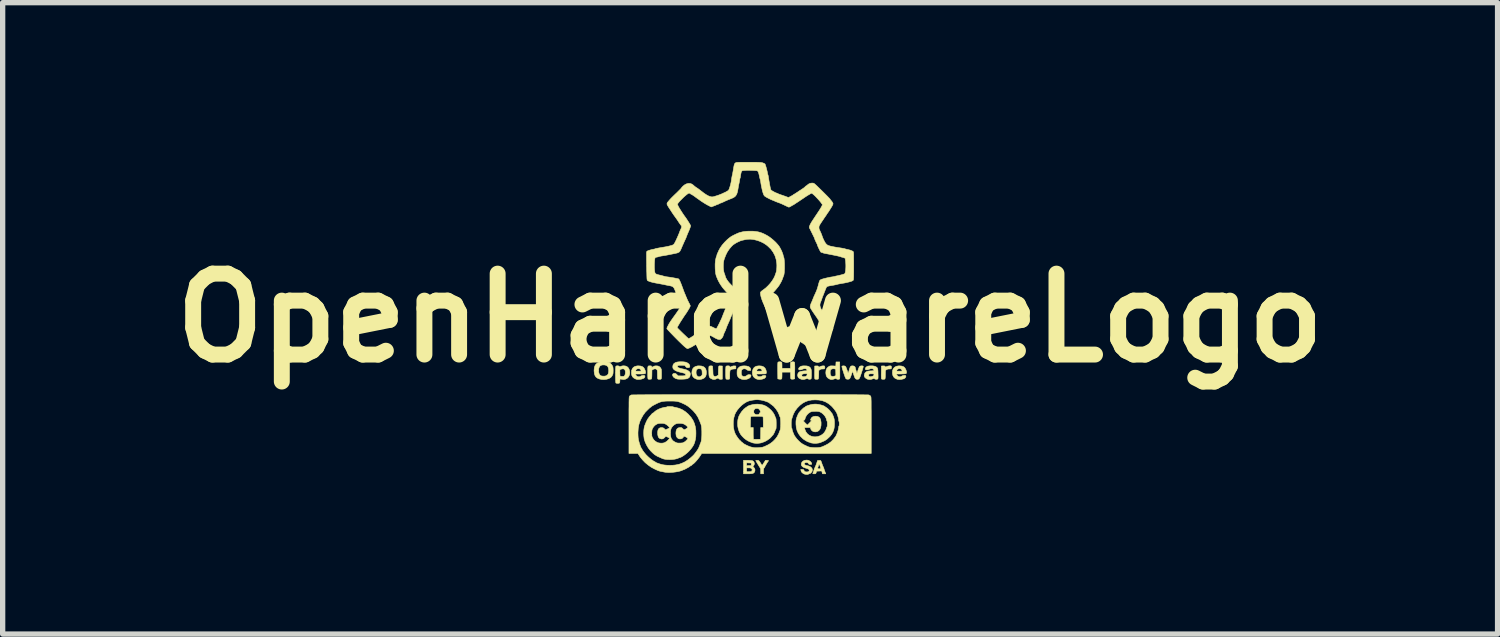
<source format=kicad_pcb>
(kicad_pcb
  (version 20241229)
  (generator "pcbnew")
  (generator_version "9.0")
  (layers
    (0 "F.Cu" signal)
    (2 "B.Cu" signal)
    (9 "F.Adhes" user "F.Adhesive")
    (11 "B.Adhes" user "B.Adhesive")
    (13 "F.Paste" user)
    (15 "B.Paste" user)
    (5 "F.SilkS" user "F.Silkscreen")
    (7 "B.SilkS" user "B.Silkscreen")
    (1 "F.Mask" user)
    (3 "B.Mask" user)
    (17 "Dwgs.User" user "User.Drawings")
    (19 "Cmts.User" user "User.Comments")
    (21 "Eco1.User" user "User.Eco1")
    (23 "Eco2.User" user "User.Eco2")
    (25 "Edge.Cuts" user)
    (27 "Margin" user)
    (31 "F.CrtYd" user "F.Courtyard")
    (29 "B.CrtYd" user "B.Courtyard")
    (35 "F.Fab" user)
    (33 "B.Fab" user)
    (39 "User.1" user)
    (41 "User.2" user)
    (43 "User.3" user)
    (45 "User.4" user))
  (footprint "OpenHardwareLogo"
    (layer "F.Cu")
    (at 11.074 2.937)
    (property "Reference" "OpenHardwareLogo" (at 0 0 0) (layer "F.SilkS") (effects (font (size 1.524 1.524) (thickness 0.3))))
    (attr through_hole)
    (fp_poly (pts (xy 1.393 0.902) (xy 1.401 0.906) (xy 1.406 0.914) (xy 1.406 0.916) (xy 1.408 0.934) (xy 1.406 0.946) (xy 1.403 0.954) (xy 1.397 0.959) (xy 1.385 0.96) (xy 1.368 0.961) (xy 1.343 0.962) (xy 1.324 0.968) (xy 1.314 0.974) (xy 1.294 0.988) (xy 1.292 1.067) (xy 1.291 1.104) (xy 1.289 1.13) (xy 1.286 1.145) (xy 1.283 1.15) (xy 1.271 1.154) (xy 1.254 1.155) (xy 1.236 1.154) (xy 1.222 1.151) (xy 1.221 1.15) (xy 1.219 1.146) (xy 1.217 1.135) (xy 1.216 1.117) (xy 1.215 1.091) (xy 1.215 1.055) (xy 1.215 1.025) (xy 1.217 0.905) (xy 1.247 0.903) (xy 1.266 0.903) (xy 1.278 0.905) (xy 1.285 0.912) (xy 1.287 0.914) (xy 1.296 0.927) (xy 1.323 0.914) (xy 1.346 0.906) (xy 1.37 0.902) (xy 1.376 0.902) (xy 1.393 0.902)) (stroke (width 0.01) (type solid)) (fill yes) (layer "F.SilkS"))
    (fp_poly (pts (xy 2.647 0.902) (xy 2.656 0.906) (xy 2.66 0.913) (xy 2.661 0.916) (xy 2.663 0.934) (xy 2.661 0.946) (xy 2.658 0.954) (xy 2.652 0.959) (xy 2.64 0.96) (xy 2.623 0.961) (xy 2.598 0.962) (xy 2.579 0.968) (xy 2.569 0.974) (xy 2.549 0.988) (xy 2.547 1.067) (xy 2.546 1.104) (xy 2.544 1.13) (xy 2.541 1.145) (xy 2.538 1.15) (xy 2.527 1.154) (xy 2.509 1.155) (xy 2.491 1.154) (xy 2.478 1.151) (xy 2.477 1.15) (xy 2.474 1.146) (xy 2.472 1.135) (xy 2.471 1.117) (xy 2.47 1.091) (xy 2.47 1.055) (xy 2.471 1.025) (xy 2.472 0.905) (xy 2.503 0.903) (xy 2.522 0.903) (xy 2.533 0.905) (xy 2.541 0.912) (xy 2.542 0.913) (xy 2.55 0.925) (xy 2.576 0.914) (xy 2.599 0.906) (xy 2.624 0.902) (xy 2.63 0.902) (xy 2.647 0.902)) (stroke (width 0.01) (type solid)) (fill yes) (layer "F.SilkS"))
    (fp_poly (pts (xy -0.399 0.903) (xy -0.389 0.906) (xy -0.385 0.913) (xy -0.385 0.913) (xy -0.382 0.922) (xy -0.377 0.924) (xy -0.367 0.922) (xy -0.35 0.914) (xy -0.348 0.913) (xy -0.316 0.903) (xy -0.296 0.903) (xy -0.268 0.905) (xy -0.268 0.958) (xy -0.306 0.961) (xy -0.338 0.965) (xy -0.36 0.973) (xy -0.374 0.984) (xy -0.377 0.99) (xy -0.379 1) (xy -0.381 1.019) (xy -0.383 1.044) (xy -0.383 1.074) (xy -0.383 1.075) (xy -0.383 1.106) (xy -0.384 1.127) (xy -0.386 1.141) (xy -0.388 1.148) (xy -0.392 1.152) (xy -0.406 1.154) (xy -0.425 1.155) (xy -0.443 1.153) (xy -0.452 1.151) (xy -0.455 1.144) (xy -0.457 1.128) (xy -0.459 1.104) (xy -0.46 1.076) (xy -0.46 1.043) (xy -0.46 1.011) (xy -0.46 0.979) (xy -0.458 0.951) (xy -0.457 0.928) (xy -0.454 0.913) (xy -0.453 0.909) (xy -0.443 0.905) (xy -0.426 0.902) (xy -0.417 0.902) (xy -0.399 0.903)) (stroke (width 0.01) (type solid)) (fill yes) (layer "F.SilkS"))
    (fp_poly (pts (xy -0.916 0.905) (xy -0.881 0.916) (xy -0.854 0.935) (xy -0.835 0.962) (xy -0.825 0.997) (xy -0.823 1.031) (xy -0.827 1.071) (xy -0.838 1.102) (xy -0.857 1.126) (xy -0.886 1.143) (xy -0.91 1.152) (xy -0.948 1.159) (xy -0.983 1.158) (xy -1.016 1.149) (xy -1.051 1.131) (xy -1.075 1.107) (xy -1.09 1.076) (xy -1.096 1.039) (xy -1.017 1.039) (xy -1.011 1.066) (xy -0.999 1.088) (xy -0.983 1.102) (xy -0.963 1.109) (xy -0.943 1.106) (xy -0.922 1.093) (xy -0.918 1.09) (xy -0.909 1.081) (xy -0.904 1.072) (xy -0.902 1.061) (xy -0.902 1.043) (xy -0.903 1.025) (xy -0.905 0.997) (xy -0.91 0.977) (xy -0.919 0.965) (xy -0.934 0.959) (xy -0.953 0.956) (xy -0.98 0.957) (xy -0.999 0.967) (xy -1.011 0.986) (xy -1.016 1.007) (xy -1.017 1.039) (xy -1.096 1.039) (xy -1.096 1.038) (xy -1.096 1.031) (xy -1.092 0.989) (xy -1.079 0.956) (xy -1.057 0.93) (xy -1.027 0.913) (xy -0.989 0.903) (xy -0.961 0.902) (xy -0.916 0.905)) (stroke (width 0.01) (type solid)) (fill yes) (layer "F.SilkS"))
    (fp_poly (pts (xy 0.337 2.683) (xy 0.347 2.687) (xy 0.347 2.693) (xy 0.343 2.696) (xy 0.337 2.702) (xy 0.328 2.716) (xy 0.316 2.735) (xy 0.303 2.757) (xy 0.29 2.779) (xy 0.28 2.798) (xy 0.273 2.811) (xy 0.271 2.817) (xy 0.266 2.824) (xy 0.262 2.827) (xy 0.258 2.831) (xy 0.255 2.841) (xy 0.254 2.859) (xy 0.253 2.882) (xy 0.253 2.935) (xy 0.2 2.935) (xy 0.2 2.885) (xy 0.199 2.856) (xy 0.197 2.836) (xy 0.193 2.828) (xy 0.188 2.821) (xy 0.178 2.806) (xy 0.166 2.786) (xy 0.152 2.763) (xy 0.138 2.74) (xy 0.125 2.718) (xy 0.114 2.7) (xy 0.108 2.688) (xy 0.106 2.684) (xy 0.111 2.682) (xy 0.125 2.682) (xy 0.135 2.681) (xy 0.15 2.682) (xy 0.161 2.685) (xy 0.17 2.693) (xy 0.181 2.708) (xy 0.184 2.712) (xy 0.197 2.732) (xy 0.209 2.751) (xy 0.215 2.761) (xy 0.22 2.769) (xy 0.224 2.773) (xy 0.228 2.772) (xy 0.235 2.766) (xy 0.244 2.752) (xy 0.258 2.73) (xy 0.266 2.718) (xy 0.289 2.681) (xy 0.318 2.681) (xy 0.337 2.683)) (stroke (width 0.01) (type solid)) (fill yes) (layer "F.SilkS"))
    (fp_poly (pts (xy -0.052 2.681) (xy -0.012 2.682) (xy 0.018 2.684) (xy 0.04 2.687) (xy 0.055 2.693) (xy 0.066 2.702) (xy 0.073 2.714) (xy 0.074 2.715) (xy 0.081 2.741) (xy 0.076 2.766) (xy 0.064 2.785) (xy 0.052 2.798) (xy 0.07 2.815) (xy 0.087 2.837) (xy 0.093 2.863) (xy 0.088 2.89) (xy 0.086 2.895) (xy 0.077 2.91) (xy 0.066 2.92) (xy 0.051 2.927) (xy 0.029 2.932) (xy -0.000309 2.934) (xy -0.04 2.935) (xy -0.044 2.935) (xy -0.124 2.935) (xy -0.124 2.823) (xy -0.065 2.823) (xy -0.065 2.894) (xy -0.021 2.894) (xy 0.002 2.893) (xy 0.016 2.892) (xy 0.024 2.888) (xy 0.03 2.881) (xy 0.032 2.879) (xy 0.039 2.866) (xy 0.04 2.856) (xy 0.032 2.844) (xy 0.027 2.838) (xy 0.017 2.83) (xy 0.007 2.825) (xy -0.008 2.823) (xy -0.026 2.823) (xy -0.065 2.823) (xy -0.124 2.823) (xy -0.124 2.782) (xy -0.065 2.782) (xy -0.022 2.78) (xy 0.021 2.779) (xy 0.021 2.732) (xy -0.022 2.73) (xy -0.065 2.728) (xy -0.065 2.782) (xy -0.124 2.782) (xy -0.124 2.681) (xy -0.052 2.681)) (stroke (width 0.01) (type solid)) (fill yes) (layer "F.SilkS"))
    (fp_poly (pts (xy -0.712 0.905) (xy -0.709 0.906) (xy -0.706 0.914) (xy -0.704 0.933) (xy -0.702 0.962) (xy -0.7 0.994) (xy -0.699 1.028) (xy -0.698 1.052) (xy -0.696 1.069) (xy -0.693 1.08) (xy -0.689 1.087) (xy -0.687 1.09) (xy -0.67 1.1) (xy -0.649 1.101) (xy -0.626 1.093) (xy -0.618 1.089) (xy -0.598 1.075) (xy -0.597 1.002) (xy -0.596 0.965) (xy -0.595 0.939) (xy -0.593 0.921) (xy -0.589 0.91) (xy -0.583 0.904) (xy -0.574 0.902) (xy -0.562 0.903) (xy -0.555 0.903) (xy -0.522 0.905) (xy -0.522 1.152) (xy -0.539 1.154) (xy -0.561 1.155) (xy -0.58 1.151) (xy -0.592 1.144) (xy -0.595 1.138) (xy -0.596 1.132) (xy -0.601 1.131) (xy -0.611 1.135) (xy -0.624 1.141) (xy -0.653 1.154) (xy -0.677 1.159) (xy -0.701 1.156) (xy -0.723 1.147) (xy -0.741 1.138) (xy -0.754 1.128) (xy -0.764 1.116) (xy -0.77 1.101) (xy -0.774 1.079) (xy -0.776 1.049) (xy -0.777 1.009) (xy -0.778 0.971) (xy -0.777 0.942) (xy -0.776 0.924) (xy -0.773 0.913) (xy -0.772 0.91) (xy -0.762 0.905) (xy -0.745 0.902) (xy -0.727 0.902) (xy -0.712 0.905)) (stroke (width 0.01) (type solid)) (fill yes) (layer "F.SilkS"))
    (fp_poly (pts (xy 0.824 0.827) (xy 0.835 0.832) (xy 0.836 0.833) (xy 0.838 0.84) (xy 0.84 0.856) (xy 0.841 0.882) (xy 0.842 0.918) (xy 0.842 0.964) (xy 0.841 0.994) (xy 0.84 1.146) (xy 0.818 1.152) (xy 0.793 1.154) (xy 0.779 1.152) (xy 0.772 1.149) (xy 0.767 1.145) (xy 0.765 1.137) (xy 0.763 1.123) (xy 0.762 1.102) (xy 0.762 1.083) (xy 0.76 1.02) (xy 0.601 1.02) (xy 0.601 1.08) (xy 0.6 1.113) (xy 0.598 1.136) (xy 0.595 1.147) (xy 0.594 1.148) (xy 0.582 1.153) (xy 0.563 1.154) (xy 0.54 1.151) (xy 0.536 1.15) (xy 0.522 1.146) (xy 0.52 0.993) (xy 0.52 0.941) (xy 0.52 0.9) (xy 0.521 0.869) (xy 0.522 0.848) (xy 0.524 0.836) (xy 0.525 0.833) (xy 0.535 0.828) (xy 0.552 0.825) (xy 0.571 0.826) (xy 0.587 0.828) (xy 0.594 0.832) (xy 0.598 0.842) (xy 0.6 0.863) (xy 0.601 0.892) (xy 0.601 0.894) (xy 0.601 0.949) (xy 0.76 0.949) (xy 0.76 0.893) (xy 0.76 0.867) (xy 0.762 0.849) (xy 0.764 0.839) (xy 0.768 0.833) (xy 0.772 0.831) (xy 0.787 0.827) (xy 0.806 0.825) (xy 0.824 0.827)) (stroke (width 0.01) (type solid)) (fill yes) (layer "F.SilkS"))
    (fp_poly (pts (xy 1.69 0.987) (xy 1.69 1.037) (xy 1.69 1.076) (xy 1.69 1.106) (xy 1.689 1.127) (xy 1.688 1.141) (xy 1.686 1.148) (xy 1.684 1.15) (xy 1.67 1.154) (xy 1.652 1.155) (xy 1.634 1.152) (xy 1.625 1.146) (xy 1.618 1.142) (xy 1.61 1.141) (xy 1.596 1.145) (xy 1.582 1.149) (xy 1.554 1.158) (xy 1.532 1.16) (xy 1.513 1.157) (xy 1.494 1.149) (xy 1.465 1.131) (xy 1.445 1.109) (xy 1.432 1.081) (xy 1.427 1.046) (xy 1.426 1.034) (xy 1.508 1.034) (xy 1.51 1.058) (xy 1.516 1.079) (xy 1.521 1.087) (xy 1.538 1.099) (xy 1.561 1.102) (xy 1.589 1.096) (xy 1.595 1.093) (xy 1.615 1.085) (xy 1.612 0.964) (xy 1.592 0.959) (xy 1.565 0.956) (xy 1.54 0.961) (xy 1.521 0.972) (xy 1.52 0.973) (xy 1.513 0.987) (xy 1.509 1.009) (xy 1.508 1.034) (xy 1.426 1.034) (xy 1.426 1.026) (xy 1.43 0.986) (xy 1.442 0.954) (xy 1.463 0.929) (xy 1.488 0.912) (xy 1.501 0.906) (xy 1.515 0.903) (xy 1.533 0.902) (xy 1.559 0.903) (xy 1.563 0.903) (xy 1.614 0.906) (xy 1.616 0.867) (xy 1.618 0.828) (xy 1.688 0.828) (xy 1.69 0.987)) (stroke (width 0.01) (type solid)) (fill yes) (layer "F.SilkS"))
    (fp_poly (pts (xy -0.066 0.905) (xy -0.032 0.914) (xy -0.007 0.929) (xy 0.008 0.95) (xy 0.013 0.976) (xy 0.012 0.983) (xy 0.007 0.988) (xy -0.006 0.991) (xy -0.023 0.99) (xy -0.04 0.987) (xy -0.053 0.981) (xy -0.056 0.978) (xy -0.075 0.964) (xy -0.097 0.958) (xy -0.12 0.958) (xy -0.141 0.965) (xy -0.156 0.978) (xy -0.159 0.984) (xy -0.164 1.005) (xy -0.166 1.031) (xy -0.164 1.057) (xy -0.16 1.074) (xy -0.148 1.091) (xy -0.129 1.101) (xy -0.106 1.102) (xy -0.082 1.096) (xy -0.058 1.082) (xy -0.048 1.074) (xy -0.036 1.069) (xy -0.015 1.068) (xy -0.013 1.068) (xy 0.004 1.07) (xy 0.013 1.074) (xy 0.016 1.081) (xy 0.017 1.085) (xy 0.013 1.105) (xy 0.000377 1.122) (xy -0.02 1.137) (xy -0.047 1.149) (xy -0.077 1.157) (xy -0.109 1.16) (xy -0.14 1.157) (xy -0.162 1.152) (xy -0.188 1.141) (xy -0.206 1.131) (xy -0.219 1.119) (xy -0.229 1.105) (xy -0.237 1.092) (xy -0.241 1.08) (xy -0.244 1.064) (xy -0.245 1.041) (xy -0.245 1.028) (xy -0.244 1.002) (xy -0.243 0.985) (xy -0.24 0.972) (xy -0.234 0.96) (xy -0.227 0.95) (xy -0.207 0.928) (xy -0.184 0.913) (xy -0.154 0.905) (xy -0.116 0.902) (xy -0.109 0.902) (xy -0.066 0.905)) (stroke (width 0.01) (type solid)) (fill yes) (layer "F.SilkS"))
    (fp_poly (pts (xy 2.85 0.905) (xy 2.882 0.914) (xy 2.907 0.931) (xy 2.925 0.957) (xy 2.936 0.98) (xy 2.945 1.01) (xy 2.946 1.032) (xy 2.939 1.046) (xy 2.935 1.049) (xy 2.925 1.051) (xy 2.906 1.053) (xy 2.88 1.054) (xy 2.849 1.055) (xy 2.841 1.055) (xy 2.757 1.055) (xy 2.761 1.068) (xy 2.772 1.088) (xy 2.791 1.101) (xy 2.813 1.108) (xy 2.836 1.106) (xy 2.853 1.097) (xy 2.874 1.086) (xy 2.9 1.081) (xy 2.921 1.082) (xy 2.931 1.089) (xy 2.934 1.101) (xy 2.93 1.115) (xy 2.919 1.129) (xy 2.905 1.141) (xy 2.89 1.147) (xy 2.872 1.151) (xy 2.852 1.156) (xy 2.852 1.156) (xy 2.815 1.16) (xy 2.777 1.156) (xy 2.762 1.151) (xy 2.728 1.135) (xy 2.704 1.112) (xy 2.688 1.082) (xy 2.681 1.044) (xy 2.68 1.023) (xy 2.684 0.995) (xy 2.76 0.995) (xy 2.762 0.999) (xy 2.769 1.001) (xy 2.783 1.002) (xy 2.807 1.002) (xy 2.81 1.002) (xy 2.862 1.002) (xy 2.86 0.987) (xy 2.851 0.97) (xy 2.836 0.959) (xy 2.817 0.955) (xy 2.797 0.957) (xy 2.778 0.965) (xy 2.765 0.979) (xy 2.761 0.989) (xy 2.76 0.995) (xy 2.684 0.995) (xy 2.685 0.983) (xy 2.699 0.951) (xy 2.722 0.927) (xy 2.753 0.91) (xy 2.792 0.903) (xy 2.809 0.902) (xy 2.85 0.905)) (stroke (width 0.01) (type solid)) (fill yes) (layer "F.SilkS"))
    (fp_poly (pts (xy -2.062 0.905) (xy -2.029 0.916) (xy -2.005 0.934) (xy -2.004 0.935) (xy -1.989 0.958) (xy -1.976 0.986) (xy -1.969 1.014) (xy -1.968 1.025) (xy -1.969 1.036) (xy -1.971 1.043) (xy -1.977 1.049) (xy -1.988 1.052) (xy -2.006 1.054) (xy -2.032 1.055) (xy -2.069 1.055) (xy -2.076 1.055) (xy -2.158 1.055) (xy -2.154 1.068) (xy -2.143 1.088) (xy -2.124 1.101) (xy -2.102 1.108) (xy -2.079 1.106) (xy -2.064 1.099) (xy -2.044 1.088) (xy -2.023 1.082) (xy -2.003 1.081) (xy -1.989 1.085) (xy -1.981 1.093) (xy -1.98 1.097) (xy -1.983 1.115) (xy -1.994 1.13) (xy -2.013 1.141) (xy -2.043 1.151) (xy -2.05 1.153) (xy -2.092 1.159) (xy -2.128 1.158) (xy -2.154 1.15) (xy -2.188 1.132) (xy -2.212 1.11) (xy -2.227 1.082) (xy -2.234 1.046) (xy -2.234 1.029) (xy -2.231 0.995) (xy -2.155 0.995) (xy -2.153 0.999) (xy -2.146 1.001) (xy -2.132 1.002) (xy -2.108 1.002) (xy -2.105 1.002) (xy -2.052 1.002) (xy -2.055 0.987) (xy -2.064 0.97) (xy -2.079 0.959) (xy -2.098 0.955) (xy -2.118 0.957) (xy -2.137 0.965) (xy -2.15 0.979) (xy -2.154 0.989) (xy -2.155 0.995) (xy -2.231 0.995) (xy -2.23 0.987) (xy -2.217 0.954) (xy -2.196 0.929) (xy -2.166 0.912) (xy -2.128 0.903) (xy -2.104 0.902) (xy -2.062 0.905)) (stroke (width 0.01) (type solid)) (fill yes) (layer "F.SilkS"))
    (fp_poly (pts (xy 1.324 2.683) (xy 1.331 2.688) (xy 1.337 2.699) (xy 1.344 2.717) (xy 1.352 2.741) (xy 1.359 2.761) (xy 1.369 2.786) (xy 1.376 2.801) (xy 1.384 2.819) (xy 1.389 2.833) (xy 1.391 2.839) (xy 1.393 2.846) (xy 1.398 2.862) (xy 1.405 2.882) (xy 1.408 2.889) (xy 1.425 2.935) (xy 1.363 2.935) (xy 1.349 2.881) (xy 1.301 2.883) (xy 1.253 2.885) (xy 1.245 2.91) (xy 1.24 2.925) (xy 1.233 2.932) (xy 1.223 2.935) (xy 1.207 2.935) (xy 1.19 2.934) (xy 1.182 2.932) (xy 1.181 2.927) (xy 1.181 2.925) (xy 1.185 2.915) (xy 1.192 2.897) (xy 1.2 2.874) (xy 1.206 2.855) (xy 1.215 2.833) (xy 1.273 2.833) (xy 1.278 2.838) (xy 1.293 2.84) (xy 1.302 2.841) (xy 1.319 2.84) (xy 1.33 2.838) (xy 1.332 2.837) (xy 1.33 2.827) (xy 1.326 2.811) (xy 1.319 2.793) (xy 1.313 2.774) (xy 1.307 2.76) (xy 1.303 2.752) (xy 1.302 2.752) (xy 1.298 2.757) (xy 1.292 2.77) (xy 1.286 2.788) (xy 1.279 2.806) (xy 1.275 2.823) (xy 1.273 2.833) (xy 1.215 2.833) (xy 1.216 2.83) (xy 1.224 2.809) (xy 1.23 2.795) (xy 1.233 2.79) (xy 1.237 2.781) (xy 1.243 2.765) (xy 1.251 2.743) (xy 1.254 2.734) (xy 1.271 2.684) (xy 1.301 2.683) (xy 1.315 2.682) (xy 1.324 2.683)) (stroke (width 0.01) (type solid)) (fill yes) (layer "F.SilkS"))
    (fp_poly (pts (xy -2.708 0.826) (xy -2.666 0.836) (xy -2.633 0.853) (xy -2.607 0.878) (xy -2.59 0.905) (xy -2.584 0.919) (xy -2.581 0.936) (xy -2.579 0.959) (xy -2.578 0.99) (xy -2.579 1.02) (xy -2.58 1.04) (xy -2.583 1.056) (xy -2.588 1.07) (xy -2.593 1.08) (xy -2.605 1.1) (xy -2.62 1.117) (xy -2.627 1.123) (xy -2.66 1.142) (xy -2.701 1.154) (xy -2.746 1.16) (xy -2.792 1.158) (xy -2.837 1.149) (xy -2.839 1.148) (xy -2.875 1.133) (xy -2.902 1.112) (xy -2.921 1.083) (xy -2.932 1.047) (xy -2.937 1.002) (xy -2.937 0.986) (xy -2.853 0.986) (xy -2.851 1.017) (xy -2.844 1.046) (xy -2.832 1.07) (xy -2.814 1.086) (xy -2.813 1.087) (xy -2.792 1.093) (xy -2.766 1.096) (xy -2.738 1.095) (xy -2.713 1.09) (xy -2.701 1.085) (xy -2.685 1.072) (xy -2.674 1.057) (xy -2.667 1.035) (xy -2.664 1.018) (xy -2.662 0.987) (xy -2.666 0.955) (xy -2.674 0.927) (xy -2.68 0.914) (xy -2.697 0.899) (xy -2.721 0.889) (xy -2.749 0.884) (xy -2.779 0.885) (xy -2.807 0.892) (xy -2.808 0.892) (xy -2.827 0.906) (xy -2.841 0.928) (xy -2.85 0.956) (xy -2.853 0.986) (xy -2.937 0.986) (xy -2.937 0.984) (xy -2.933 0.937) (xy -2.921 0.899) (xy -2.901 0.869) (xy -2.873 0.847) (xy -2.836 0.832) (xy -2.79 0.824) (xy -2.759 0.823) (xy -2.708 0.826)) (stroke (width 0.01) (type solid)) (fill yes) (layer "F.SilkS"))
    (fp_poly (pts (xy -1.883 0.902) (xy -1.866 0.903) (xy -1.857 0.906) (xy -1.853 0.915) (xy -1.853 0.916) (xy -1.85 0.93) (xy -1.825 0.916) (xy -1.803 0.906) (xy -1.779 0.902) (xy -1.765 0.902) (xy -1.733 0.905) (xy -1.709 0.916) (xy -1.689 0.935) (xy -1.681 0.947) (xy -1.676 0.957) (xy -1.672 0.966) (xy -1.67 0.978) (xy -1.669 0.995) (xy -1.668 1.019) (xy -1.668 1.052) (xy -1.668 1.059) (xy -1.668 1.094) (xy -1.669 1.12) (xy -1.67 1.137) (xy -1.674 1.147) (xy -1.681 1.153) (xy -1.69 1.155) (xy -1.704 1.155) (xy -1.706 1.155) (xy -1.721 1.155) (xy -1.731 1.153) (xy -1.738 1.148) (xy -1.742 1.137) (xy -1.744 1.12) (xy -1.744 1.094) (xy -1.745 1.068) (xy -1.745 1.034) (xy -1.746 1.01) (xy -1.747 0.993) (xy -1.75 0.982) (xy -1.754 0.975) (xy -1.755 0.974) (xy -1.772 0.961) (xy -1.793 0.958) (xy -1.818 0.965) (xy -1.824 0.968) (xy -1.848 0.982) (xy -1.849 1.064) (xy -1.85 1.102) (xy -1.852 1.128) (xy -1.855 1.144) (xy -1.858 1.15) (xy -1.869 1.153) (xy -1.886 1.154) (xy -1.904 1.154) (xy -1.918 1.152) (xy -1.92 1.151) (xy -1.922 1.147) (xy -1.924 1.136) (xy -1.926 1.118) (xy -1.927 1.09) (xy -1.927 1.053) (xy -1.927 1.029) (xy -1.927 0.987) (xy -1.927 0.955) (xy -1.926 0.933) (xy -1.923 0.918) (xy -1.919 0.908) (xy -1.912 0.904) (xy -1.903 0.902) (xy -1.89 0.902) (xy -1.883 0.902)) (stroke (width 0.01) (type solid)) (fill yes) (layer "F.SilkS"))
    (fp_poly (pts (xy 0.212 0.905) (xy 0.243 0.914) (xy 0.267 0.931) (xy 0.279 0.943) (xy 0.291 0.961) (xy 0.3 0.983) (xy 0.305 1.006) (xy 0.307 1.027) (xy 0.304 1.043) (xy 0.297 1.051) (xy 0.288 1.053) (xy 0.27 1.054) (xy 0.244 1.054) (xy 0.214 1.055) (xy 0.205 1.055) (xy 0.122 1.055) (xy 0.126 1.071) (xy 0.136 1.092) (xy 0.154 1.103) (xy 0.18 1.106) (xy 0.184 1.106) (xy 0.203 1.103) (xy 0.219 1.097) (xy 0.223 1.095) (xy 0.241 1.085) (xy 0.263 1.081) (xy 0.285 1.084) (xy 0.286 1.085) (xy 0.297 1.091) (xy 0.298 1.1) (xy 0.297 1.104) (xy 0.287 1.123) (xy 0.27 1.138) (xy 0.243 1.148) (xy 0.229 1.152) (xy 0.197 1.158) (xy 0.171 1.16) (xy 0.148 1.157) (xy 0.124 1.15) (xy 0.12 1.149) (xy 0.087 1.13) (xy 0.062 1.105) (xy 0.048 1.072) (xy 0.042 1.033) (xy 0.043 1.012) (xy 0.048 0.99) (xy 0.124 0.99) (xy 0.125 0.996) (xy 0.129 0.999) (xy 0.14 1.001) (xy 0.158 1.002) (xy 0.174 1.002) (xy 0.198 1.002) (xy 0.213 1.001) (xy 0.221 0.998) (xy 0.224 0.994) (xy 0.224 0.99) (xy 0.219 0.973) (xy 0.204 0.961) (xy 0.183 0.955) (xy 0.175 0.955) (xy 0.152 0.958) (xy 0.135 0.968) (xy 0.125 0.983) (xy 0.124 0.99) (xy 0.048 0.99) (xy 0.052 0.973) (xy 0.068 0.943) (xy 0.092 0.921) (xy 0.124 0.907) (xy 0.165 0.902) (xy 0.174 0.902) (xy 0.212 0.905)) (stroke (width 0.01) (type solid)) (fill yes) (layer "F.SilkS"))
    (fp_poly (pts (xy -2.351 0.904) (xy -2.326 0.912) (xy -2.322 0.914) (xy -2.303 0.928) (xy -2.289 0.945) (xy -2.277 0.969) (xy -2.274 0.978) (xy -2.265 1.013) (xy -2.266 1.048) (xy -2.273 1.076) (xy -2.289 1.109) (xy -2.313 1.135) (xy -2.344 1.152) (xy -2.378 1.159) (xy -2.411 1.156) (xy -2.429 1.152) (xy -2.442 1.15) (xy -2.446 1.149) (xy -2.449 1.155) (xy -2.451 1.168) (xy -2.452 1.183) (xy -2.453 1.203) (xy -2.456 1.219) (xy -2.459 1.225) (xy -2.469 1.229) (xy -2.485 1.231) (xy -2.493 1.232) (xy -2.511 1.23) (xy -2.524 1.227) (xy -2.527 1.225) (xy -2.529 1.217) (xy -2.531 1.199) (xy -2.533 1.173) (xy -2.534 1.141) (xy -2.534 1.106) (xy -2.535 1.068) (xy -2.534 1.03) (xy -2.534 0.994) (xy -2.533 0.974) (xy -2.452 0.974) (xy -2.452 1.034) (xy -2.451 1.062) (xy -2.45 1.08) (xy -2.448 1.091) (xy -2.445 1.096) (xy -2.441 1.098) (xy -2.421 1.101) (xy -2.397 1.101) (xy -2.377 1.098) (xy -2.373 1.097) (xy -2.362 1.087) (xy -2.354 1.068) (xy -2.349 1.045) (xy -2.348 1.02) (xy -2.351 0.996) (xy -2.358 0.977) (xy -2.362 0.971) (xy -2.379 0.96) (xy -2.402 0.958) (xy -2.427 0.964) (xy -2.452 0.974) (xy -2.533 0.974) (xy -2.533 0.962) (xy -2.531 0.936) (xy -2.529 0.918) (xy -2.527 0.909) (xy -2.527 0.909) (xy -2.515 0.903) (xy -2.498 0.901) (xy -2.481 0.903) (xy -2.468 0.908) (xy -2.464 0.912) (xy -2.46 0.918) (xy -2.454 0.919) (xy -2.442 0.914) (xy -2.437 0.912) (xy -2.411 0.904) (xy -2.381 0.901) (xy -2.351 0.904)) (stroke (width 0.01) (type solid)) (fill yes) (layer "F.SilkS"))
    (fp_poly (pts (xy 1.069 0.904) (xy 1.102 0.913) (xy 1.126 0.928) (xy 1.142 0.949) (xy 1.149 0.967) (xy 1.152 0.982) (xy 1.154 1.005) (xy 1.155 1.032) (xy 1.155 1.061) (xy 1.155 1.09) (xy 1.153 1.116) (xy 1.151 1.135) (xy 1.149 1.147) (xy 1.148 1.148) (xy 1.136 1.153) (xy 1.118 1.155) (xy 1.101 1.152) (xy 1.088 1.146) (xy 1.082 1.142) (xy 1.074 1.141) (xy 1.06 1.145) (xy 1.046 1.149) (xy 1.019 1.157) (xy 0.997 1.16) (xy 0.975 1.157) (xy 0.953 1.15) (xy 0.924 1.136) (xy 0.906 1.118) (xy 0.897 1.094) (xy 0.896 1.082) (xy 0.972 1.082) (xy 0.98 1.097) (xy 0.982 1.099) (xy 0.996 1.105) (xy 1.016 1.106) (xy 1.04 1.102) (xy 1.057 1.095) (xy 1.068 1.087) (xy 1.072 1.074) (xy 1.073 1.069) (xy 1.073 1.049) (xy 1.036 1.049) (xy 1.007 1.052) (xy 0.986 1.059) (xy 0.974 1.069) (xy 0.972 1.082) (xy 0.896 1.082) (xy 0.896 1.079) (xy 0.899 1.052) (xy 0.91 1.031) (xy 0.93 1.015) (xy 0.959 1.005) (xy 0.998 0.999) (xy 1.015 0.997) (xy 1.042 0.996) (xy 1.059 0.994) (xy 1.068 0.991) (xy 1.072 0.987) (xy 1.073 0.984) (xy 1.068 0.969) (xy 1.054 0.959) (xy 1.035 0.955) (xy 1.011 0.957) (xy 0.986 0.965) (xy 0.984 0.966) (xy 0.963 0.975) (xy 0.942 0.978) (xy 0.925 0.977) (xy 0.916 0.97) (xy 0.915 0.969) (xy 0.914 0.951) (xy 0.924 0.934) (xy 0.943 0.918) (xy 0.949 0.915) (xy 0.965 0.908) (xy 0.983 0.904) (xy 1.006 0.902) (xy 1.026 0.902) (xy 1.069 0.904)) (stroke (width 0.01) (type solid)) (fill yes) (layer "F.SilkS"))
    (fp_poly (pts (xy 1.77 0.902) (xy 1.787 0.907) (xy 1.796 0.912) (xy 1.803 0.922) (xy 1.811 0.94) (xy 1.82 0.964) (xy 1.827 0.984) (xy 1.836 1.01) (xy 1.842 1.027) (xy 1.846 1.035) (xy 1.849 1.035) (xy 1.851 1.031) (xy 1.855 1.019) (xy 1.861 0.999) (xy 1.868 0.975) (xy 1.871 0.965) (xy 1.88 0.937) (xy 1.889 0.919) (xy 1.899 0.908) (xy 1.912 0.903) (xy 1.93 0.902) (xy 1.932 0.902) (xy 1.952 0.905) (xy 1.968 0.914) (xy 1.978 0.926) (xy 1.98 0.933) (xy 1.982 0.941) (xy 1.986 0.957) (xy 1.992 0.979) (xy 1.996 0.991) (xy 2.012 1.043) (xy 2.032 0.983) (xy 2.042 0.954) (xy 2.052 0.931) (xy 2.06 0.916) (xy 2.063 0.912) (xy 2.077 0.905) (xy 2.095 0.902) (xy 2.112 0.902) (xy 2.126 0.906) (xy 2.131 0.911) (xy 2.131 0.919) (xy 2.127 0.936) (xy 2.12 0.961) (xy 2.11 0.992) (xy 2.099 1.026) (xy 2.097 1.032) (xy 2.084 1.072) (xy 2.073 1.103) (xy 2.064 1.124) (xy 2.056 1.139) (xy 2.048 1.148) (xy 2.039 1.153) (xy 2.028 1.155) (xy 2.016 1.155) (xy 2.001 1.153) (xy 1.988 1.146) (xy 1.977 1.132) (xy 1.966 1.11) (xy 1.955 1.078) (xy 1.951 1.067) (xy 1.93 1.001) (xy 1.907 1.07) (xy 1.895 1.103) (xy 1.884 1.128) (xy 1.875 1.143) (xy 1.872 1.147) (xy 1.854 1.153) (xy 1.831 1.154) (xy 1.812 1.149) (xy 1.806 1.145) (xy 1.8 1.136) (xy 1.793 1.121) (xy 1.784 1.098) (xy 1.773 1.066) (xy 1.762 1.033) (xy 1.751 0.998) (xy 1.741 0.967) (xy 1.734 0.941) (xy 1.73 0.922) (xy 1.728 0.912) (xy 1.729 0.911) (xy 1.737 0.905) (xy 1.752 0.902) (xy 1.77 0.902)) (stroke (width 0.01) (type solid)) (fill yes) (layer "F.SilkS"))
    (fp_poly (pts (xy 1.103 2.682) (xy 1.131 2.699) (xy 1.139 2.706) (xy 1.153 2.724) (xy 1.16 2.739) (xy 1.161 2.744) (xy 1.16 2.753) (xy 1.154 2.757) (xy 1.141 2.758) (xy 1.134 2.758) (xy 1.119 2.757) (xy 1.109 2.754) (xy 1.108 2.752) (xy 1.104 2.744) (xy 1.096 2.734) (xy 1.081 2.726) (xy 1.063 2.722) (xy 1.045 2.724) (xy 1.029 2.731) (xy 1.02 2.741) (xy 1.02 2.746) (xy 1.025 2.759) (xy 1.04 2.77) (xy 1.067 2.779) (xy 1.083 2.782) (xy 1.102 2.787) (xy 1.115 2.791) (xy 1.12 2.795) (xy 1.124 2.799) (xy 1.127 2.799) (xy 1.138 2.804) (xy 1.151 2.815) (xy 1.163 2.829) (xy 1.17 2.843) (xy 1.17 2.844) (xy 1.172 2.861) (xy 1.17 2.88) (xy 1.165 2.895) (xy 1.158 2.903) (xy 1.158 2.903) (xy 1.15 2.911) (xy 1.149 2.914) (xy 1.144 2.921) (xy 1.131 2.928) (xy 1.127 2.929) (xy 1.111 2.935) (xy 1.101 2.94) (xy 1.099 2.941) (xy 1.088 2.946) (xy 1.068 2.947) (xy 1.046 2.945) (xy 1.024 2.94) (xy 1.005 2.932) (xy 1.005 2.932) (xy 0.979 2.913) (xy 0.963 2.89) (xy 0.958 2.871) (xy 0.954 2.852) (xy 0.981 2.852) (xy 0.998 2.853) (xy 1.007 2.857) (xy 1.013 2.865) (xy 1.015 2.87) (xy 1.024 2.887) (xy 1.039 2.896) (xy 1.062 2.899) (xy 1.067 2.899) (xy 1.092 2.897) (xy 1.107 2.889) (xy 1.113 2.876) (xy 1.114 2.87) (xy 1.112 2.859) (xy 1.105 2.85) (xy 1.092 2.842) (xy 1.07 2.834) (xy 1.042 2.826) (xy 1.011 2.815) (xy 0.987 2.8) (xy 0.971 2.782) (xy 0.965 2.768) (xy 0.966 2.739) (xy 0.977 2.714) (xy 0.998 2.694) (xy 1.026 2.682) (xy 1.031 2.68) (xy 1.07 2.676) (xy 1.103 2.682)) (stroke (width 0.01) (type solid)) (fill yes) (layer "F.SilkS"))
    (fp_poly (pts (xy -1.249 0.827) (xy -1.216 0.832) (xy -1.2 0.837) (xy -1.172 0.851) (xy -1.151 0.869) (xy -1.138 0.889) (xy -1.134 0.908) (xy -1.138 0.923) (xy -1.145 0.932) (xy -1.157 0.936) (xy -1.17 0.937) (xy -1.187 0.936) (xy -1.199 0.93) (xy -1.211 0.917) (xy -1.213 0.915) (xy -1.231 0.893) (xy -1.289 0.891) (xy -1.322 0.891) (xy -1.346 0.893) (xy -1.36 0.898) (xy -1.366 0.907) (xy -1.366 0.919) (xy -1.365 0.921) (xy -1.361 0.928) (xy -1.353 0.935) (xy -1.339 0.941) (xy -1.317 0.948) (xy -1.287 0.956) (xy -1.249 0.964) (xy -1.205 0.975) (xy -1.172 0.99) (xy -1.147 1.008) (xy -1.139 1.017) (xy -1.13 1.031) (xy -1.126 1.044) (xy -1.126 1.062) (xy -1.127 1.07) (xy -1.133 1.1) (xy -1.148 1.122) (xy -1.173 1.139) (xy -1.179 1.142) (xy -1.194 1.146) (xy -1.218 1.149) (xy -1.248 1.152) (xy -1.28 1.153) (xy -1.313 1.153) (xy -1.342 1.153) (xy -1.365 1.151) (xy -1.375 1.149) (xy -1.409 1.137) (xy -1.436 1.118) (xy -1.446 1.108) (xy -1.458 1.087) (xy -1.461 1.068) (xy -1.453 1.054) (xy -1.437 1.045) (xy -1.422 1.043) (xy -1.407 1.045) (xy -1.393 1.053) (xy -1.378 1.067) (xy -1.355 1.09) (xy -1.294 1.09) (xy -1.262 1.09) (xy -1.24 1.089) (xy -1.225 1.086) (xy -1.218 1.082) (xy -1.215 1.075) (xy -1.214 1.067) (xy -1.215 1.057) (xy -1.221 1.05) (xy -1.232 1.044) (xy -1.25 1.038) (xy -1.278 1.031) (xy -1.291 1.028) (xy -1.34 1.016) (xy -1.379 1.003) (xy -1.409 0.989) (xy -1.431 0.973) (xy -1.433 0.971) (xy -1.447 0.956) (xy -1.453 0.944) (xy -1.455 0.928) (xy -1.456 0.918) (xy -1.451 0.886) (xy -1.436 0.861) (xy -1.411 0.843) (xy -1.389 0.834) (xy -1.36 0.828) (xy -1.324 0.825) (xy -1.286 0.825) (xy -1.249 0.827)) (stroke (width 0.01) (type solid)) (fill yes) (layer "F.SilkS"))
    (fp_poly (pts (xy 2.304 0.902) (xy 2.333 0.906) (xy 2.356 0.912) (xy 2.356 0.912) (xy 2.374 0.921) (xy 2.387 0.93) (xy 2.396 0.942) (xy 2.402 0.959) (xy 2.406 0.981) (xy 2.408 1.012) (xy 2.409 1.051) (xy 2.41 1.088) (xy 2.41 1.115) (xy 2.409 1.133) (xy 2.407 1.144) (xy 2.404 1.149) (xy 2.404 1.15) (xy 2.389 1.154) (xy 2.371 1.155) (xy 2.353 1.151) (xy 2.343 1.146) (xy 2.337 1.141) (xy 2.329 1.141) (xy 2.316 1.145) (xy 2.303 1.149) (xy 2.273 1.158) (xy 2.246 1.159) (xy 2.216 1.154) (xy 2.213 1.153) (xy 2.194 1.145) (xy 2.175 1.132) (xy 2.171 1.128) (xy 2.158 1.115) (xy 2.153 1.102) (xy 2.151 1.083) (xy 2.151 1.081) (xy 2.151 1.08) (xy 2.228 1.08) (xy 2.23 1.088) (xy 2.237 1.096) (xy 2.246 1.104) (xy 2.259 1.107) (xy 2.273 1.106) (xy 2.294 1.101) (xy 2.314 1.094) (xy 2.317 1.093) (xy 2.329 1.084) (xy 2.333 1.073) (xy 2.333 1.068) (xy 2.331 1.06) (xy 2.327 1.055) (xy 2.319 1.053) (xy 2.303 1.052) (xy 2.287 1.052) (xy 2.264 1.052) (xy 2.25 1.054) (xy 2.242 1.057) (xy 2.236 1.064) (xy 2.234 1.068) (xy 2.228 1.08) (xy 2.151 1.08) (xy 2.154 1.055) (xy 2.164 1.035) (xy 2.182 1.018) (xy 2.19 1.013) (xy 2.203 1.007) (xy 2.217 1.002) (xy 2.237 0.999) (xy 2.265 0.997) (xy 2.273 0.997) (xy 2.303 0.995) (xy 2.323 0.992) (xy 2.332 0.988) (xy 2.334 0.981) (xy 2.327 0.972) (xy 2.322 0.966) (xy 2.305 0.957) (xy 2.283 0.955) (xy 2.259 0.959) (xy 2.24 0.967) (xy 2.214 0.976) (xy 2.196 0.977) (xy 2.18 0.975) (xy 2.173 0.97) (xy 2.17 0.96) (xy 2.17 0.96) (xy 2.173 0.942) (xy 2.186 0.925) (xy 2.206 0.912) (xy 2.215 0.909) (xy 2.24 0.904) (xy 2.272 0.902) (xy 2.304 0.902)) (stroke (width 0.01) (type solid)) (fill yes) (layer "F.SilkS"))
    (fp_poly (pts (xy 0.155 1.624) (xy 0.185 1.627) (xy 0.214 1.632) (xy 0.241 1.638) (xy 0.261 1.644) (xy 0.273 1.65) (xy 0.274 1.65) (xy 0.284 1.656) (xy 0.288 1.656) (xy 0.297 1.66) (xy 0.313 1.67) (xy 0.333 1.684) (xy 0.355 1.701) (xy 0.376 1.719) (xy 0.394 1.735) (xy 0.4 1.741) (xy 0.435 1.785) (xy 0.46 1.829) (xy 0.469 1.853) (xy 0.476 1.871) (xy 0.482 1.886) (xy 0.486 1.891) (xy 0.488 1.9) (xy 0.49 1.918) (xy 0.491 1.942) (xy 0.492 1.97) (xy 0.492 2) (xy 0.492 2.03) (xy 0.491 2.056) (xy 0.49 2.076) (xy 0.487 2.088) (xy 0.486 2.091) (xy 0.481 2.098) (xy 0.474 2.113) (xy 0.469 2.127) (xy 0.461 2.149) (xy 0.452 2.167) (xy 0.447 2.176) (xy 0.439 2.188) (xy 0.436 2.197) (xy 0.436 2.198) (xy 0.432 2.204) (xy 0.43 2.204) (xy 0.423 2.209) (xy 0.421 2.213) (xy 0.415 2.22) (xy 0.405 2.233) (xy 0.391 2.247) (xy 0.378 2.261) (xy 0.367 2.271) (xy 0.361 2.275) (xy 0.355 2.278) (xy 0.344 2.287) (xy 0.34 2.29) (xy 0.324 2.301) (xy 0.304 2.313) (xy 0.281 2.325) (xy 0.261 2.334) (xy 0.245 2.339) (xy 0.241 2.34) (xy 0.231 2.342) (xy 0.229 2.345) (xy 0.223 2.348) (xy 0.208 2.352) (xy 0.188 2.356) (xy 0.165 2.359) (xy 0.144 2.362) (xy 0.127 2.363) (xy 0.122 2.362) (xy 0.109 2.361) (xy 0.09 2.359) (xy 0.074 2.357) (xy 0.054 2.353) (xy 0.039 2.349) (xy 0.033 2.346) (xy 0.022 2.34) (xy 0.019 2.34) (xy 0.01 2.337) (xy -0.006 2.331) (xy -0.027 2.321) (xy -0.034 2.318) (xy -0.074 2.294) (xy -0.115 2.262) (xy -0.152 2.224) (xy -0.179 2.19) (xy -0.204 2.144) (xy -0.222 2.091) (xy -0.228 2.063) (xy 0.005 2.063) (xy 0.059 2.063) (xy 0.059 2.171) (xy 0.059 2.205) (xy 0.06 2.236) (xy 0.061 2.26) (xy 0.062 2.276) (xy 0.063 2.283) (xy 0.07 2.284) (xy 0.087 2.285) (xy 0.11 2.286) (xy 0.132 2.285) (xy 0.197 2.284) (xy 0.199 2.173) (xy 0.201 2.063) (xy 0.248 2.063) (xy 0.248 1.963) (xy 0.247 1.926) (xy 0.247 1.899) (xy 0.246 1.881) (xy 0.245 1.869) (xy 0.242 1.862) (xy 0.239 1.858) (xy 0.236 1.857) (xy 0.226 1.854) (xy 0.207 1.853) (xy 0.181 1.852) (xy 0.151 1.851) (xy 0.119 1.851) (xy 0.088 1.851) (xy 0.059 1.852) (xy 0.037 1.853) (xy 0.022 1.855) (xy 0.018 1.856) (xy 0.014 1.86) (xy 0.012 1.869) (xy 0.01 1.884) (xy 0.008 1.907) (xy 0.007 1.939) (xy 0.007 1.962) (xy 0.005 2.063) (xy -0.228 2.063) (xy -0.233 2.034) (xy -0.235 1.975) (xy -0.23 1.918) (xy -0.216 1.865) (xy -0.209 1.847) (xy -0.2 1.829) (xy -0.187 1.807) (xy -0.172 1.784) (xy -0.162 1.77) (xy 0.068 1.77) (xy 0.075 1.793) (xy 0.091 1.81) (xy 0.115 1.819) (xy 0.128 1.821) (xy 0.146 1.819) (xy 0.161 1.816) (xy 0.174 1.806) (xy 0.179 1.795) (xy 0.184 1.784) (xy 0.189 1.78) (xy 0.195 1.775) (xy 0.195 1.764) (xy 0.19 1.749) (xy 0.182 1.733) (xy 0.175 1.724) (xy 0.16 1.711) (xy 0.147 1.705) (xy 0.129 1.703) (xy 0.129 1.703) (xy 0.102 1.707) (xy 0.083 1.719) (xy 0.072 1.74) (xy 0.07 1.744) (xy 0.068 1.77) (xy -0.162 1.77) (xy -0.157 1.763) (xy -0.144 1.747) (xy -0.134 1.737) (xy -0.132 1.736) (xy -0.125 1.728) (xy -0.124 1.724) (xy -0.119 1.716) (xy -0.115 1.715) (xy -0.105 1.71) (xy -0.099 1.703) (xy -0.091 1.694) (xy -0.085 1.691) (xy -0.076 1.687) (xy -0.068 1.68) (xy -0.049 1.665) (xy -0.02 1.651) (xy 0.015 1.64) (xy 0.055 1.63) (xy 0.095 1.625) (xy 0.135 1.623) (xy 0.155 1.624)) (stroke (width 0.01) (type solid)) (fill yes) (layer "F.SilkS"))
    (fp_poly (pts (xy 1.273 1.626) (xy 1.279 1.626) (xy 1.308 1.632) (xy 1.338 1.639) (xy 1.366 1.648) (xy 1.39 1.657) (xy 1.406 1.666) (xy 1.411 1.671) (xy 1.421 1.678) (xy 1.435 1.687) (xy 1.436 1.687) (xy 1.448 1.696) (xy 1.464 1.709) (xy 1.482 1.726) (xy 1.499 1.743) (xy 1.512 1.758) (xy 1.519 1.768) (xy 1.52 1.772) (xy 1.525 1.78) (xy 1.529 1.782) (xy 1.537 1.789) (xy 1.547 1.806) (xy 1.558 1.83) (xy 1.57 1.86) (xy 1.577 1.88) (xy 1.584 1.909) (xy 1.588 1.947) (xy 1.589 1.989) (xy 1.587 2.031) (xy 1.583 2.07) (xy 1.576 2.103) (xy 1.575 2.107) (xy 1.557 2.154) (xy 1.534 2.193) (xy 1.503 2.231) (xy 1.497 2.237) (xy 1.453 2.278) (xy 1.409 2.309) (xy 1.37 2.327) (xy 1.35 2.335) (xy 1.333 2.342) (xy 1.325 2.346) (xy 1.312 2.35) (xy 1.292 2.355) (xy 1.268 2.358) (xy 1.245 2.361) (xy 1.226 2.362) (xy 1.223 2.362) (xy 1.208 2.361) (xy 1.186 2.359) (xy 1.167 2.356) (xy 1.147 2.353) (xy 1.133 2.349) (xy 1.127 2.345) (xy 1.12 2.34) (xy 1.114 2.34) (xy 1.1 2.336) (xy 1.08 2.328) (xy 1.056 2.315) (xy 1.031 2.3) (xy 1.007 2.284) (xy 0.992 2.272) (xy 0.945 2.225) (xy 0.91 2.176) (xy 0.885 2.123) (xy 0.87 2.065) (xy 0.864 2.001) (xy 0.864 1.986) (xy 0.864 1.954) (xy 0.866 1.931) (xy 0.996 1.931) (xy 1 1.936) (xy 1.01 1.948) (xy 1.026 1.964) (xy 1.037 1.976) (xy 1.079 2.017) (xy 1.123 1.972) (xy 1.142 1.952) (xy 1.154 1.939) (xy 1.159 1.932) (xy 1.158 1.928) (xy 1.153 1.927) (xy 1.152 1.927) (xy 1.141 1.926) (xy 1.138 1.919) (xy 1.14 1.912) (xy 1.152 1.885) (xy 1.173 1.865) (xy 1.202 1.854) (xy 1.234 1.85) (xy 1.268 1.854) (xy 1.295 1.866) (xy 1.315 1.886) (xy 1.328 1.916) (xy 1.335 1.955) (xy 1.337 1.972) (xy 1.336 2.023) (xy 1.328 2.066) (xy 1.313 2.1) (xy 1.29 2.125) (xy 1.269 2.137) (xy 1.238 2.145) (xy 1.208 2.143) (xy 1.181 2.134) (xy 1.159 2.117) (xy 1.144 2.095) (xy 1.14 2.082) (xy 1.136 2.063) (xy 1.081 2.063) (xy 1.057 2.063) (xy 1.038 2.064) (xy 1.027 2.066) (xy 1.026 2.067) (xy 1.027 2.075) (xy 1.031 2.09) (xy 1.034 2.103) (xy 1.051 2.144) (xy 1.076 2.178) (xy 1.109 2.206) (xy 1.148 2.225) (xy 1.192 2.237) (xy 1.239 2.238) (xy 1.273 2.233) (xy 1.317 2.219) (xy 1.357 2.196) (xy 1.383 2.174) (xy 1.403 2.15) (xy 1.421 2.12) (xy 1.435 2.089) (xy 1.442 2.068) (xy 1.446 2.054) (xy 1.451 2.047) (xy 1.453 2.041) (xy 1.455 2.026) (xy 1.455 2.006) (xy 1.455 1.985) (xy 1.455 1.966) (xy 1.453 1.951) (xy 1.451 1.945) (xy 1.45 1.945) (xy 1.446 1.94) (xy 1.443 1.927) (xy 1.442 1.921) (xy 1.43 1.885) (xy 1.41 1.849) (xy 1.382 1.816) (xy 1.349 1.788) (xy 1.327 1.775) (xy 1.311 1.768) (xy 1.296 1.763) (xy 1.28 1.761) (xy 1.259 1.759) (xy 1.23 1.759) (xy 1.229 1.759) (xy 1.197 1.76) (xy 1.175 1.761) (xy 1.157 1.764) (xy 1.143 1.769) (xy 1.137 1.771) (xy 1.098 1.796) (xy 1.067 1.829) (xy 1.044 1.869) (xy 1.035 1.897) (xy 1.03 1.914) (xy 1.024 1.922) (xy 1.014 1.926) (xy 1.012 1.926) (xy 1 1.928) (xy 0.996 1.931) (xy 0.866 1.931) (xy 0.866 1.93) (xy 0.869 1.909) (xy 0.875 1.888) (xy 0.882 1.866) (xy 0.893 1.84) (xy 0.904 1.814) (xy 0.914 1.795) (xy 0.917 1.79) (xy 0.93 1.773) (xy 0.947 1.754) (xy 0.966 1.734) (xy 0.985 1.715) (xy 1.002 1.699) (xy 1.015 1.689) (xy 1.022 1.685) (xy 1.032 1.681) (xy 1.035 1.677) (xy 1.045 1.668) (xy 1.064 1.658) (xy 1.089 1.648) (xy 1.118 1.639) (xy 1.149 1.631) (xy 1.176 1.626) (xy 1.211 1.623) (xy 1.241 1.622) (xy 1.273 1.626)) (stroke (width 0.01) (type solid)) (fill yes) (layer "F.SilkS"))
    (fp_poly (pts (xy -1.484 1.669) (xy -1.465 1.67) (xy -1.453 1.672) (xy -1.451 1.673) (xy -1.44 1.677) (xy -1.422 1.681) (xy -1.401 1.685) (xy -1.338 1.701) (xy -1.278 1.727) (xy -1.221 1.763) (xy -1.166 1.81) (xy -1.158 1.819) (xy -1.111 1.872) (xy -1.075 1.927) (xy -1.049 1.985) (xy -1.031 2.049) (xy -1.021 2.119) (xy -1.02 2.174) (xy -1.022 2.235) (xy -1.031 2.293) (xy -1.044 2.344) (xy -1.061 2.387) (xy -1.083 2.424) (xy -1.113 2.465) (xy -1.147 2.504) (xy -1.177 2.534) (xy -1.2 2.553) (xy -1.225 2.573) (xy -1.252 2.592) (xy -1.277 2.608) (xy -1.299 2.62) (xy -1.315 2.627) (xy -1.321 2.628) (xy -1.331 2.631) (xy -1.347 2.637) (xy -1.352 2.64) (xy -1.381 2.651) (xy -1.418 2.659) (xy -1.462 2.665) (xy -1.508 2.667) (xy -1.554 2.666) (xy -1.585 2.663) (xy -1.61 2.659) (xy -1.632 2.654) (xy -1.647 2.649) (xy -1.647 2.649) (xy -1.661 2.643) (xy -1.681 2.634) (xy -1.705 2.623) (xy -1.715 2.619) (xy -1.738 2.609) (xy -1.757 2.599) (xy -1.77 2.591) (xy -1.773 2.589) (xy -1.782 2.582) (xy -1.785 2.581) (xy -1.792 2.578) (xy -1.803 2.569) (xy -1.804 2.568) (xy -1.819 2.555) (xy -1.835 2.541) (xy -1.836 2.54) (xy -1.877 2.499) (xy -1.916 2.449) (xy -1.948 2.395) (xy -1.975 2.339) (xy -1.992 2.285) (xy -1.995 2.272) (xy -2.001 2.222) (xy -2.003 2.172) (xy -1.852 2.172) (xy -1.852 2.2) (xy -1.85 2.22) (xy -1.846 2.237) (xy -1.839 2.254) (xy -1.836 2.259) (xy -1.815 2.293) (xy -1.784 2.322) (xy -1.75 2.343) (xy -1.724 2.352) (xy -1.692 2.357) (xy -1.658 2.358) (xy -1.627 2.353) (xy -1.61 2.348) (xy -1.568 2.323) (xy -1.534 2.289) (xy -1.533 2.287) (xy -1.514 2.263) (xy -1.55 2.245) (xy -1.586 2.227) (xy -1.602 2.244) (xy -1.624 2.265) (xy -1.644 2.276) (xy -1.664 2.279) (xy -1.674 2.278) (xy -1.7 2.27) (xy -1.72 2.254) (xy -1.732 2.23) (xy -1.739 2.196) (xy -1.74 2.163) (xy -1.74 2.156) (xy -1.5 2.156) (xy -1.499 2.196) (xy -1.495 2.232) (xy -1.489 2.256) (xy -1.482 2.273) (xy -1.477 2.284) (xy -1.474 2.287) (xy -1.468 2.291) (xy -1.462 2.301) (xy -1.453 2.312) (xy -1.446 2.316) (xy -1.438 2.32) (xy -1.437 2.321) (xy -1.431 2.327) (xy -1.417 2.335) (xy -1.403 2.342) (xy -1.385 2.35) (xy -1.37 2.354) (xy -1.353 2.356) (xy -1.329 2.356) (xy -1.315 2.356) (xy -1.289 2.354) (xy -1.269 2.352) (xy -1.258 2.349) (xy -1.257 2.348) (xy -1.248 2.341) (xy -1.239 2.337) (xy -1.227 2.33) (xy -1.212 2.318) (xy -1.196 2.302) (xy -1.182 2.287) (xy -1.174 2.274) (xy -1.173 2.269) (xy -1.178 2.26) (xy -1.195 2.249) (xy -1.205 2.243) (xy -1.223 2.235) (xy -1.236 2.229) (xy -1.242 2.228) (xy -1.248 2.232) (xy -1.255 2.243) (xy -1.256 2.244) (xy -1.273 2.264) (xy -1.296 2.275) (xy -1.322 2.278) (xy -1.347 2.273) (xy -1.368 2.258) (xy -1.37 2.256) (xy -1.385 2.236) (xy -1.393 2.211) (xy -1.396 2.18) (xy -1.397 2.167) (xy -1.393 2.128) (xy -1.383 2.098) (xy -1.365 2.077) (xy -1.34 2.066) (xy -1.314 2.063) (xy -1.296 2.064) (xy -1.282 2.071) (xy -1.269 2.083) (xy -1.256 2.095) (xy -1.246 2.103) (xy -1.243 2.104) (xy -1.232 2.101) (xy -1.216 2.094) (xy -1.199 2.084) (xy -1.184 2.074) (xy -1.175 2.066) (xy -1.173 2.063) (xy -1.178 2.051) (xy -1.191 2.036) (xy -1.209 2.02) (xy -1.23 2.006) (xy -1.251 1.996) (xy -1.255 1.994) (xy -1.286 1.987) (xy -1.32 1.984) (xy -1.355 1.985) (xy -1.385 1.99) (xy -1.399 1.995) (xy -1.427 2.011) (xy -1.454 2.035) (xy -1.476 2.062) (xy -1.489 2.088) (xy -1.496 2.119) (xy -1.5 2.156) (xy -1.74 2.156) (xy -1.738 2.126) (xy -1.73 2.1) (xy -1.717 2.081) (xy -1.703 2.072) (xy -1.679 2.064) (xy -1.654 2.065) (xy -1.63 2.072) (xy -1.613 2.086) (xy -1.609 2.092) (xy -1.6 2.102) (xy -1.594 2.104) (xy -1.586 2.102) (xy -1.57 2.096) (xy -1.551 2.088) (xy -1.533 2.079) (xy -1.518 2.072) (xy -1.515 2.07) (xy -1.518 2.066) (xy -1.526 2.054) (xy -1.535 2.042) (xy -1.559 2.02) (xy -1.587 2.001) (xy -1.589 2) (xy -1.608 1.992) (xy -1.625 1.987) (xy -1.645 1.985) (xy -1.672 1.984) (xy -1.674 1.984) (xy -1.701 1.985) (xy -1.722 1.987) (xy -1.739 1.992) (xy -1.757 1.999) (xy -1.758 2) (xy -1.792 2.022) (xy -1.82 2.053) (xy -1.841 2.089) (xy -1.843 2.093) (xy -1.849 2.118) (xy -1.852 2.153) (xy -1.852 2.172) (xy -2.003 2.172) (xy -2.003 2.167) (xy -2.001 2.113) (xy -1.994 2.065) (xy -1.989 2.043) (xy -1.98 2.017) (xy -1.968 1.988) (xy -1.956 1.958) (xy -1.943 1.932) (xy -1.932 1.91) (xy -1.922 1.895) (xy -1.917 1.89) (xy -1.91 1.882) (xy -1.909 1.879) (xy -1.906 1.871) (xy -1.896 1.86) (xy -1.893 1.857) (xy -1.88 1.842) (xy -1.864 1.824) (xy -1.858 1.816) (xy -1.845 1.802) (xy -1.835 1.793) (xy -1.831 1.792) (xy -1.822 1.788) (xy -1.812 1.78) (xy -1.794 1.763) (xy -1.777 1.75) (xy -1.76 1.738) (xy -1.737 1.726) (xy -1.72 1.717) (xy -1.698 1.708) (xy -1.671 1.698) (xy -1.641 1.69) (xy -1.613 1.683) (xy -1.591 1.68) (xy -1.584 1.68) (xy -1.572 1.678) (xy -1.568 1.674) (xy -1.562 1.671) (xy -1.548 1.669) (xy -1.528 1.668) (xy -1.506 1.668) (xy -1.484 1.669)) (stroke (width 0.01) (type solid)) (fill yes) (layer "F.SilkS"))
    (fp_poly (pts (xy 0.223 1.444) (xy 0.434 1.444) (xy 0.633 1.444) (xy 0.821 1.444) (xy 0.998 1.444) (xy 1.162 1.444) (xy 1.315 1.445) (xy 1.456 1.445) (xy 1.586 1.445) (xy 1.704 1.445) (xy 1.81 1.446) (xy 1.905 1.446) (xy 1.987 1.446) (xy 2.059 1.447) (xy 2.118 1.447) (xy 2.165 1.448) (xy 2.201 1.448) (xy 2.225 1.449) (xy 2.238 1.449) (xy 2.239 1.45) (xy 2.244 1.455) (xy 2.248 1.456) (xy 2.257 1.46) (xy 2.268 1.47) (xy 2.268 1.471) (xy 2.271 1.474) (xy 2.272 1.477) (xy 2.274 1.482) (xy 2.275 1.488) (xy 2.277 1.497) (xy 2.278 1.51) (xy 2.278 1.526) (xy 2.279 1.548) (xy 2.28 1.575) (xy 2.28 1.608) (xy 2.28 1.649) (xy 2.28 1.697) (xy 2.281 1.754) (xy 2.281 1.82) (xy 2.281 1.896) (xy 2.281 1.983) (xy 2.281 2.019) (xy 2.281 2.552) (xy 0.685 2.552) (xy -0.911 2.552) (xy -0.946 2.606) (xy -0.962 2.629) (xy -0.981 2.653) (xy -1.002 2.679) (xy -1.023 2.703) (xy -1.043 2.724) (xy -1.06 2.74) (xy -1.072 2.75) (xy -1.078 2.752) (xy -1.086 2.757) (xy -1.092 2.764) (xy -1.099 2.773) (xy -1.104 2.776) (xy -1.111 2.779) (xy -1.125 2.787) (xy -1.137 2.796) (xy -1.151 2.806) (xy -1.171 2.818) (xy -1.194 2.83) (xy -1.216 2.842) (xy -1.235 2.852) (xy -1.248 2.857) (xy -1.252 2.858) (xy -1.259 2.86) (xy -1.273 2.866) (xy -1.283 2.871) (xy -1.315 2.882) (xy -1.356 2.892) (xy -1.402 2.9) (xy -1.452 2.906) (xy -1.501 2.909) (xy -1.548 2.909) (xy -1.588 2.906) (xy -1.594 2.906) (xy -1.632 2.899) (xy -1.668 2.892) (xy -1.7 2.885) (xy -1.724 2.877) (xy -1.734 2.874) (xy -1.748 2.867) (xy -1.769 2.858) (xy -1.794 2.846) (xy -1.805 2.841) (xy -1.862 2.81) (xy -1.919 2.77) (xy -1.975 2.724) (xy -2.025 2.672) (xy -2.069 2.619) (xy -2.084 2.595) (xy -2.112 2.552) (xy -2.281 2.552) (xy -2.281 2.172) (xy -2.111 2.172) (xy -2.11 2.215) (xy -2.108 2.251) (xy -2.104 2.282) (xy -2.098 2.31) (xy -2.091 2.336) (xy -2.083 2.365) (xy -2.073 2.393) (xy -2.064 2.419) (xy -2.055 2.44) (xy -2.047 2.453) (xy -2.044 2.457) (xy -2.039 2.463) (xy -2.039 2.463) (xy -2.035 2.473) (xy -2.026 2.489) (xy -2.012 2.509) (xy -1.995 2.532) (xy -1.977 2.554) (xy -1.959 2.575) (xy -1.954 2.58) (xy -1.924 2.61) (xy -1.893 2.638) (xy -1.861 2.664) (xy -1.831 2.686) (xy -1.806 2.701) (xy -1.798 2.705) (xy -1.786 2.712) (xy -1.78 2.716) (xy -1.772 2.722) (xy -1.755 2.73) (xy -1.731 2.738) (xy -1.704 2.748) (xy -1.677 2.756) (xy -1.651 2.763) (xy -1.644 2.764) (xy -1.605 2.77) (xy -1.559 2.774) (xy -1.509 2.775) (xy -1.46 2.774) (xy -1.416 2.77) (xy -1.394 2.767) (xy -1.334 2.754) (xy -1.279 2.734) (xy -1.226 2.709) (xy -1.173 2.675) (xy -1.119 2.633) (xy -1.078 2.596) (xy -1.061 2.579) (xy -1.042 2.556) (xy -1.021 2.529) (xy -1.001 2.501) (xy -0.984 2.476) (xy -0.971 2.454) (xy -0.967 2.445) (xy -0.959 2.425) (xy -0.951 2.407) (xy -0.946 2.393) (xy -0.943 2.384) (xy -0.943 2.384) (xy -0.941 2.376) (xy -0.935 2.363) (xy -0.934 2.361) (xy -0.926 2.341) (xy -0.92 2.321) (xy -0.916 2.297) (xy -0.913 2.268) (xy -0.91 2.23) (xy -0.909 2.199) (xy -0.909 2.135) (xy -0.911 2.08) (xy -0.917 2.035) (xy -0.925 2.001) (xy -0.926 2.001) (xy -0.317 2.001) (xy -0.312 2.065) (xy -0.3 2.126) (xy -0.282 2.175) (xy -0.27 2.199) (xy -0.254 2.224) (xy -0.237 2.25) (xy -0.219 2.274) (xy -0.202 2.295) (xy -0.188 2.309) (xy -0.178 2.316) (xy -0.177 2.316) (xy -0.172 2.321) (xy -0.171 2.325) (xy -0.167 2.333) (xy -0.164 2.334) (xy -0.156 2.338) (xy -0.144 2.347) (xy -0.144 2.347) (xy -0.133 2.357) (xy -0.123 2.365) (xy -0.112 2.373) (xy -0.095 2.382) (xy -0.072 2.394) (xy -0.059 2.4) (xy -0.028 2.414) (xy -0.000282 2.425) (xy 0.029 2.433) (xy 0.063 2.44) (xy 0.077 2.442) (xy 0.093 2.444) (xy 0.117 2.444) (xy 0.146 2.443) (xy 0.176 2.441) (xy 0.203 2.438) (xy 0.225 2.435) (xy 0.233 2.434) (xy 0.245 2.43) (xy 0.255 2.427) (xy 0.266 2.423) (xy 0.281 2.417) (xy 0.301 2.407) (xy 0.33 2.394) (xy 0.33 2.394) (xy 0.382 2.364) (xy 0.431 2.326) (xy 0.475 2.281) (xy 0.511 2.233) (xy 0.538 2.182) (xy 0.547 2.16) (xy 0.554 2.139) (xy 0.563 2.119) (xy 0.564 2.116) (xy 0.569 2.099) (xy 0.572 2.075) (xy 0.575 2.045) (xy 0.576 2.011) (xy 0.576 1.992) (xy 0.775 1.992) (xy 0.775 2.019) (xy 0.776 2.043) (xy 0.778 2.061) (xy 0.781 2.072) (xy 0.782 2.073) (xy 0.788 2.08) (xy 0.79 2.088) (xy 0.792 2.104) (xy 0.798 2.127) (xy 0.807 2.152) (xy 0.818 2.179) (xy 0.829 2.204) (xy 0.84 2.224) (xy 0.848 2.236) (xy 0.85 2.238) (xy 0.858 2.246) (xy 0.866 2.259) (xy 0.874 2.27) (xy 0.888 2.286) (xy 0.907 2.306) (xy 0.924 2.323) (xy 0.953 2.349) (xy 0.979 2.368) (xy 1.007 2.384) (xy 1.024 2.393) (xy 1.048 2.404) (xy 1.069 2.414) (xy 1.083 2.421) (xy 1.088 2.423) (xy 1.112 2.431) (xy 1.144 2.437) (xy 1.183 2.441) (xy 1.224 2.443) (xy 1.264 2.442) (xy 1.3 2.439) (xy 1.329 2.434) (xy 1.341 2.43) (xy 1.352 2.427) (xy 1.363 2.423) (xy 1.378 2.416) (xy 1.399 2.407) (xy 1.426 2.394) (xy 1.477 2.366) (xy 1.524 2.331) (xy 1.563 2.292) (xy 1.574 2.279) (xy 1.587 2.262) (xy 1.598 2.247) (xy 1.605 2.239) (xy 1.616 2.222) (xy 1.628 2.197) (xy 1.641 2.166) (xy 1.652 2.133) (xy 1.661 2.101) (xy 1.666 2.074) (xy 1.668 2.059) (xy 1.669 2.045) (xy 1.673 2.036) (xy 1.674 2.036) (xy 1.677 2.029) (xy 1.679 2.013) (xy 1.68 1.992) (xy 1.68 1.992) (xy 1.679 1.971) (xy 1.677 1.955) (xy 1.674 1.948) (xy 1.674 1.948) (xy 1.67 1.94) (xy 1.668 1.925) (xy 1.668 1.922) (xy 1.666 1.902) (xy 1.66 1.876) (xy 1.651 1.845) (xy 1.641 1.815) (xy 1.631 1.789) (xy 1.626 1.779) (xy 1.613 1.758) (xy 1.594 1.731) (xy 1.572 1.703) (xy 1.549 1.676) (xy 1.528 1.655) (xy 1.477 1.613) (xy 1.422 1.581) (xy 1.364 1.559) (xy 1.299 1.546) (xy 1.229 1.542) (xy 1.159 1.545) (xy 1.097 1.557) (xy 1.041 1.577) (xy 0.988 1.606) (xy 0.938 1.645) (xy 0.889 1.695) (xy 0.883 1.702) (xy 0.845 1.753) (xy 0.816 1.808) (xy 0.799 1.856) (xy 0.792 1.878) (xy 0.786 1.898) (xy 0.782 1.909) (xy 0.779 1.921) (xy 0.777 1.94) (xy 0.775 1.965) (xy 0.775 1.992) (xy 0.576 1.992) (xy 0.576 1.976) (xy 0.575 1.941) (xy 0.573 1.91) (xy 0.57 1.884) (xy 0.566 1.865) (xy 0.561 1.857) (xy 0.556 1.849) (xy 0.552 1.836) (xy 0.547 1.82) (xy 0.538 1.8) (xy 0.528 1.778) (xy 0.517 1.759) (xy 0.508 1.743) (xy 0.502 1.737) (xy 0.496 1.729) (xy 0.495 1.726) (xy 0.491 1.719) (xy 0.482 1.707) (xy 0.474 1.699) (xy 0.463 1.686) (xy 0.455 1.676) (xy 0.454 1.673) (xy 0.449 1.668) (xy 0.437 1.658) (xy 0.42 1.644) (xy 0.411 1.637) (xy 0.391 1.623) (xy 0.374 1.61) (xy 0.363 1.601) (xy 0.361 1.599) (xy 0.347 1.59) (xy 0.324 1.58) (xy 0.294 1.569) (xy 0.261 1.559) (xy 0.228 1.551) (xy 0.204 1.546) (xy 0.171 1.542) (xy 0.146 1.539) (xy 0.121 1.539) (xy 0.094 1.541) (xy 0.08 1.543) (xy 0.049 1.547) (xy 0.017 1.553) (xy -0.012 1.56) (xy -0.021 1.562) (xy -0.067 1.581) (xy -0.114 1.61) (xy -0.16 1.646) (xy -0.202 1.688) (xy -0.24 1.733) (xy -0.27 1.78) (xy -0.286 1.814) (xy -0.304 1.872) (xy -0.315 1.936) (xy -0.317 2.001) (xy -0.926 2.001) (xy -0.928 1.995) (xy -0.934 1.981) (xy -0.942 1.96) (xy -0.951 1.936) (xy -0.955 1.927) (xy -0.982 1.868) (xy -1.018 1.812) (xy -1.065 1.756) (xy -1.072 1.748) (xy -1.121 1.702) (xy -1.169 1.663) (xy -1.215 1.634) (xy -1.229 1.627) (xy -1.27 1.608) (xy -1.304 1.593) (xy -1.334 1.582) (xy -1.363 1.574) (xy -1.393 1.569) (xy -1.426 1.566) (xy -1.467 1.565) (xy -1.512 1.565) (xy -1.562 1.565) (xy -1.602 1.567) (xy -1.637 1.571) (xy -1.667 1.576) (xy -1.696 1.585) (xy -1.726 1.597) (xy -1.759 1.612) (xy -1.768 1.617) (xy -1.792 1.629) (xy -1.813 1.64) (xy -1.827 1.648) (xy -1.832 1.652) (xy -1.839 1.656) (xy -1.842 1.656) (xy -1.851 1.661) (xy -1.858 1.668) (xy -1.866 1.677) (xy -1.871 1.68) (xy -1.875 1.681) (xy -1.881 1.685) (xy -1.891 1.693) (xy -1.905 1.707) (xy -1.926 1.727) (xy -1.935 1.736) (xy -1.958 1.759) (xy -1.974 1.776) (xy -1.984 1.787) (xy -1.99 1.795) (xy -1.992 1.8) (xy -1.992 1.802) (xy -1.995 1.809) (xy -1.997 1.809) (xy -2.003 1.814) (xy -2.011 1.826) (xy -2.014 1.83) (xy -2.022 1.845) (xy -2.034 1.866) (xy -2.046 1.887) (xy -2.073 1.944) (xy -2.093 2.006) (xy -2.106 2.076) (xy -2.111 2.154) (xy -2.111 2.172) (xy -2.281 2.172) (xy -2.281 2.019) (xy -2.281 1.928) (xy -2.281 1.848) (xy -2.281 1.778) (xy -2.281 1.718) (xy -2.28 1.666) (xy -2.28 1.623) (xy -2.28 1.587) (xy -2.279 1.557) (xy -2.279 1.534) (xy -2.278 1.515) (xy -2.277 1.501) (xy -2.276 1.491) (xy -2.275 1.484) (xy -2.273 1.479) (xy -2.271 1.475) (xy -2.269 1.472) (xy -2.268 1.471) (xy -2.258 1.46) (xy -2.248 1.456) (xy -2.248 1.456) (xy -2.24 1.452) (xy -2.239 1.45) (xy -2.234 1.449) (xy -2.216 1.449) (xy -2.186 1.448) (xy -2.145 1.448) (xy -2.092 1.447) (xy -2.028 1.447) (xy -1.951 1.446) (xy -1.863 1.446) (xy -1.763 1.446) (xy -1.652 1.445) (xy -1.528 1.445) (xy -1.394 1.445) (xy -1.247 1.445) (xy -1.089 1.444) (xy -0.919 1.444) (xy -0.737 1.444) (xy -0.544 1.444) (xy -0.339 1.444) (xy -0.123 1.444) (xy 0 1.444) (xy 0.223 1.444)) (stroke (width 0.01) (type solid)) (fill yes) (layer "F.SilkS"))
    (fp_poly (pts (xy -0.015 -2.932) (xy 0.043 -2.932) (xy 0.09 -2.932) (xy 0.128 -2.931) (xy 0.158 -2.93) (xy 0.181 -2.929) (xy 0.199 -2.928) (xy 0.213 -2.926) (xy 0.225 -2.924) (xy 0.235 -2.921) (xy 0.237 -2.921) (xy 0.257 -2.913) (xy 0.273 -2.905) (xy 0.28 -2.9) (xy 0.285 -2.89) (xy 0.291 -2.872) (xy 0.299 -2.847) (xy 0.307 -2.818) (xy 0.315 -2.787) (xy 0.322 -2.758) (xy 0.327 -2.733) (xy 0.327 -2.729) (xy 0.331 -2.711) (xy 0.334 -2.699) (xy 0.336 -2.696) (xy 0.339 -2.687) (xy 0.342 -2.671) (xy 0.344 -2.661) (xy 0.346 -2.645) (xy 0.35 -2.621) (xy 0.355 -2.59) (xy 0.361 -2.555) (xy 0.366 -2.525) (xy 0.374 -2.485) (xy 0.38 -2.455) (xy 0.385 -2.433) (xy 0.39 -2.418) (xy 0.395 -2.409) (xy 0.397 -2.406) (xy 0.408 -2.398) (xy 0.425 -2.388) (xy 0.446 -2.376) (xy 0.467 -2.365) (xy 0.485 -2.356) (xy 0.498 -2.352) (xy 0.501 -2.351) (xy 0.51 -2.348) (xy 0.52 -2.343) (xy 0.532 -2.337) (xy 0.551 -2.329) (xy 0.574 -2.321) (xy 0.58 -2.319) (xy 0.61 -2.309) (xy 0.644 -2.297) (xy 0.675 -2.286) (xy 0.676 -2.285) (xy 0.724 -2.268) (xy 0.77 -2.293) (xy 0.791 -2.304) (xy 0.807 -2.314) (xy 0.817 -2.321) (xy 0.818 -2.323) (xy 0.824 -2.328) (xy 0.825 -2.328) (xy 0.832 -2.331) (xy 0.846 -2.339) (xy 0.866 -2.352) (xy 0.89 -2.368) (xy 0.897 -2.372) (xy 0.924 -2.391) (xy 0.951 -2.408) (xy 0.975 -2.424) (xy 0.992 -2.435) (xy 0.992 -2.435) (xy 1.012 -2.449) (xy 1.029 -2.463) (xy 1.037 -2.471) (xy 1.047 -2.481) (xy 1.055 -2.487) (xy 1.056 -2.487) (xy 1.064 -2.491) (xy 1.072 -2.497) (xy 1.089 -2.512) (xy 1.103 -2.522) (xy 1.117 -2.529) (xy 1.123 -2.532) (xy 1.146 -2.538) (xy 1.172 -2.54) (xy 1.196 -2.537) (xy 1.204 -2.533) (xy 1.213 -2.526) (xy 1.231 -2.511) (xy 1.256 -2.488) (xy 1.288 -2.457) (xy 1.328 -2.418) (xy 1.375 -2.372) (xy 1.423 -2.324) (xy 1.454 -2.293) (xy 1.477 -2.269) (xy 1.493 -2.252) (xy 1.505 -2.239) (xy 1.512 -2.229) (xy 1.516 -2.221) (xy 1.516 -2.22) (xy 1.522 -2.212) (xy 1.526 -2.21) (xy 1.532 -2.205) (xy 1.54 -2.193) (xy 1.55 -2.178) (xy 1.558 -2.162) (xy 1.562 -2.151) (xy 1.562 -2.149) (xy 1.559 -2.139) (xy 1.552 -2.123) (xy 1.548 -2.115) (xy 1.538 -2.097) (xy 1.524 -2.074) (xy 1.508 -2.049) (xy 1.492 -2.023) (xy 1.476 -1.999) (xy 1.463 -1.98) (xy 1.454 -1.968) (xy 1.453 -1.967) (xy 1.446 -1.958) (xy 1.444 -1.953) (xy 1.441 -1.946) (xy 1.433 -1.935) (xy 1.432 -1.934) (xy 1.425 -1.924) (xy 1.413 -1.906) (xy 1.396 -1.882) (xy 1.378 -1.854) (xy 1.358 -1.825) (xy 1.336 -1.792) (xy 1.32 -1.767) (xy 1.309 -1.748) (xy 1.302 -1.733) (xy 1.298 -1.722) (xy 1.297 -1.712) (xy 1.297 -1.706) (xy 1.298 -1.687) (xy 1.301 -1.672) (xy 1.302 -1.669) (xy 1.311 -1.652) (xy 1.322 -1.627) (xy 1.335 -1.599) (xy 1.346 -1.571) (xy 1.355 -1.547) (xy 1.358 -1.538) (xy 1.365 -1.517) (xy 1.373 -1.499) (xy 1.376 -1.491) (xy 1.383 -1.477) (xy 1.392 -1.458) (xy 1.399 -1.444) (xy 1.412 -1.421) (xy 1.428 -1.399) (xy 1.437 -1.389) (xy 1.451 -1.377) (xy 1.465 -1.368) (xy 1.484 -1.361) (xy 1.51 -1.353) (xy 1.514 -1.352) (xy 1.539 -1.347) (xy 1.572 -1.34) (xy 1.61 -1.333) (xy 1.649 -1.327) (xy 1.673 -1.323) (xy 1.707 -1.318) (xy 1.738 -1.313) (xy 1.762 -1.308) (xy 1.78 -1.305) (xy 1.786 -1.302) (xy 1.797 -1.299) (xy 1.815 -1.294) (xy 1.831 -1.291) (xy 1.859 -1.284) (xy 1.888 -1.276) (xy 1.914 -1.266) (xy 1.934 -1.256) (xy 1.94 -1.251) (xy 1.943 -1.248) (xy 1.945 -1.243) (xy 1.947 -1.236) (xy 1.948 -1.225) (xy 1.949 -1.209) (xy 1.95 -1.187) (xy 1.95 -1.158) (xy 1.95 -1.121) (xy 1.951 -1.075) (xy 1.951 -1.019) (xy 1.951 -0.981) (xy 1.951 -0.918) (xy 1.951 -0.867) (xy 1.95 -0.824) (xy 1.95 -0.791) (xy 1.949 -0.765) (xy 1.948 -0.745) (xy 1.947 -0.731) (xy 1.946 -0.721) (xy 1.944 -0.714) (xy 1.942 -0.71) (xy 1.94 -0.708) (xy 1.927 -0.699) (xy 1.903 -0.689) (xy 1.868 -0.679) (xy 1.824 -0.668) (xy 1.771 -0.657) (xy 1.739 -0.652) (xy 1.706 -0.646) (xy 1.677 -0.641) (xy 1.654 -0.636) (xy 1.639 -0.632) (xy 1.635 -0.631) (xy 1.625 -0.628) (xy 1.606 -0.624) (xy 1.581 -0.619) (xy 1.565 -0.616) (xy 1.525 -0.609) (xy 1.495 -0.604) (xy 1.473 -0.599) (xy 1.459 -0.595) (xy 1.449 -0.591) (xy 1.443 -0.585) (xy 1.438 -0.579) (xy 1.436 -0.575) (xy 1.43 -0.562) (xy 1.421 -0.541) (xy 1.411 -0.515) (xy 1.405 -0.501) (xy 1.395 -0.475) (xy 1.386 -0.451) (xy 1.378 -0.432) (xy 1.376 -0.426) (xy 1.369 -0.411) (xy 1.361 -0.389) (xy 1.353 -0.365) (xy 1.352 -0.362) (xy 1.343 -0.337) (xy 1.334 -0.313) (xy 1.326 -0.294) (xy 1.325 -0.293) (xy 1.316 -0.263) (xy 1.316 -0.228) (xy 1.326 -0.193) (xy 1.335 -0.173) (xy 1.345 -0.157) (xy 1.352 -0.145) (xy 1.355 -0.141) (xy 1.361 -0.135) (xy 1.366 -0.127) (xy 1.373 -0.116) (xy 1.384 -0.099) (xy 1.395 -0.08) (xy 1.405 -0.065) (xy 1.413 -0.053) (xy 1.422 -0.04) (xy 1.432 -0.025) (xy 1.446 -0.006) (xy 1.464 0.019) (xy 1.473 0.033) (xy 1.489 0.055) (xy 1.503 0.075) (xy 1.513 0.09) (xy 1.516 0.094) (xy 1.53 0.118) (xy 1.544 0.145) (xy 1.554 0.171) (xy 1.559 0.192) (xy 1.56 0.193) (xy 1.56 0.202) (xy 1.559 0.211) (xy 1.554 0.22) (xy 1.545 0.232) (xy 1.53 0.249) (xy 1.509 0.273) (xy 1.505 0.277) (xy 1.478 0.306) (xy 1.449 0.336) (xy 1.419 0.368) (xy 1.39 0.399) (xy 1.362 0.427) (xy 1.337 0.453) (xy 1.316 0.473) (xy 1.3 0.488) (xy 1.292 0.495) (xy 1.283 0.503) (xy 1.267 0.515) (xy 1.247 0.532) (xy 1.232 0.544) (xy 1.211 0.56) (xy 1.194 0.573) (xy 1.181 0.581) (xy 1.177 0.583) (xy 1.168 0.581) (xy 1.153 0.574) (xy 1.134 0.565) (xy 1.115 0.555) (xy 1.099 0.545) (xy 1.09 0.539) (xy 1.081 0.532) (xy 1.076 0.53) (xy 1.07 0.527) (xy 1.056 0.519) (xy 1.039 0.509) (xy 1.022 0.497) (xy 1.007 0.487) (xy 0.997 0.479) (xy 0.997 0.479) (xy 0.988 0.472) (xy 0.984 0.471) (xy 0.976 0.468) (xy 0.971 0.464) (xy 0.964 0.458) (xy 0.948 0.447) (xy 0.927 0.433) (xy 0.903 0.416) (xy 0.899 0.413) (xy 0.872 0.395) (xy 0.847 0.377) (xy 0.826 0.361) (xy 0.811 0.35) (xy 0.811 0.35) (xy 0.786 0.334) (xy 0.762 0.33) (xy 0.744 0.335) (xy 0.734 0.34) (xy 0.717 0.348) (xy 0.695 0.358) (xy 0.684 0.362) (xy 0.66 0.373) (xy 0.64 0.382) (xy 0.627 0.388) (xy 0.623 0.39) (xy 0.612 0.393) (xy 0.593 0.394) (xy 0.58 0.395) (xy 0.562 0.394) (xy 0.55 0.392) (xy 0.541 0.384) (xy 0.531 0.369) (xy 0.53 0.367) (xy 0.52 0.35) (xy 0.507 0.326) (xy 0.493 0.299) (xy 0.478 0.269) (xy 0.465 0.241) (xy 0.454 0.217) (xy 0.447 0.199) (xy 0.445 0.194) (xy 0.437 0.173) (xy 0.425 0.142) (xy 0.412 0.115) (xy 0.406 0.099) (xy 0.397 0.076) (xy 0.386 0.049) (xy 0.38 0.032) (xy 0.369 0.004) (xy 0.358 -0.024) (xy 0.348 -0.047) (xy 0.344 -0.056) (xy 0.335 -0.076) (xy 0.324 -0.102) (xy 0.314 -0.129) (xy 0.312 -0.133) (xy 0.302 -0.159) (xy 0.293 -0.181) (xy 0.283 -0.202) (xy 0.273 -0.226) (xy 0.259 -0.257) (xy 0.255 -0.265) (xy 0.235 -0.311) (xy 0.218 -0.358) (xy 0.205 -0.401) (xy 0.198 -0.438) (xy 0.196 -0.448) (xy 0.195 -0.464) (xy 0.195 -0.476) (xy 0.197 -0.485) (xy 0.204 -0.494) (xy 0.215 -0.505) (xy 0.234 -0.519) (xy 0.259 -0.537) (xy 0.301 -0.57) (xy 0.342 -0.61) (xy 0.38 -0.652) (xy 0.414 -0.697) (xy 0.442 -0.741) (xy 0.463 -0.782) (xy 0.471 -0.804) (xy 0.478 -0.825) (xy 0.485 -0.843) (xy 0.486 -0.846) (xy 0.494 -0.872) (xy 0.5 -0.908) (xy 0.503 -0.949) (xy 0.504 -0.993) (xy 0.502 -1.029) (xy 0.49 -1.104) (xy 0.468 -1.173) (xy 0.435 -1.236) (xy 0.393 -1.295) (xy 0.339 -1.348) (xy 0.304 -1.377) (xy 0.253 -1.41) (xy 0.196 -1.438) (xy 0.135 -1.46) (xy 0.074 -1.475) (xy 0.014 -1.483) (xy -0.041 -1.482) (xy -0.044 -1.482) (xy -0.067 -1.479) (xy -0.095 -1.474) (xy -0.125 -1.467) (xy -0.153 -1.461) (xy -0.175 -1.454) (xy -0.186 -1.45) (xy -0.224 -1.433) (xy -0.253 -1.419) (xy -0.273 -1.407) (xy -0.286 -1.399) (xy -0.299 -1.39) (xy -0.307 -1.385) (xy -0.308 -1.385) (xy -0.314 -1.381) (xy -0.325 -1.371) (xy -0.341 -1.356) (xy -0.347 -1.35) (xy -0.39 -1.3) (xy -0.428 -1.244) (xy -0.457 -1.186) (xy -0.46 -1.178) (xy -0.469 -1.155) (xy -0.477 -1.134) (xy -0.483 -1.12) (xy -0.484 -1.117) (xy -0.494 -1.083) (xy -0.501 -1.042) (xy -0.504 -0.996) (xy -0.504 -0.949) (xy -0.5 -0.904) (xy -0.493 -0.864) (xy -0.483 -0.834) (xy -0.475 -0.813) (xy -0.469 -0.793) (xy -0.469 -0.79) (xy -0.456 -0.754) (xy -0.433 -0.714) (xy -0.401 -0.671) (xy -0.359 -0.626) (xy -0.333 -0.601) (xy -0.296 -0.568) (xy -0.264 -0.537) (xy -0.237 -0.509) (xy -0.216 -0.487) (xy -0.201 -0.47) (xy -0.195 -0.46) (xy -0.194 -0.458) (xy -0.196 -0.446) (xy -0.201 -0.43) (xy -0.203 -0.426) (xy -0.208 -0.411) (xy -0.215 -0.389) (xy -0.224 -0.362) (xy -0.233 -0.336) (xy -0.242 -0.308) (xy -0.251 -0.284) (xy -0.258 -0.266) (xy -0.263 -0.257) (xy -0.269 -0.244) (xy -0.271 -0.237) (xy -0.273 -0.226) (xy -0.279 -0.211) (xy -0.279 -0.21) (xy -0.285 -0.196) (xy -0.294 -0.175) (xy -0.304 -0.151) (xy -0.306 -0.144) (xy -0.318 -0.117) (xy -0.329 -0.09) (xy -0.339 -0.067) (xy -0.34 -0.065) (xy -0.351 -0.041) (xy -0.362 -0.015) (xy -0.366 -0.003) (xy -0.375 0.019) (xy -0.384 0.04) (xy -0.387 0.047) (xy -0.405 0.087) (xy -0.419 0.119) (xy -0.43 0.143) (xy -0.438 0.163) (xy -0.444 0.179) (xy -0.449 0.193) (xy -0.455 0.208) (xy -0.455 0.209) (xy -0.463 0.231) (xy -0.472 0.25) (xy -0.477 0.259) (xy -0.483 0.272) (xy -0.492 0.292) (xy -0.5 0.315) (xy -0.501 0.318) (xy -0.511 0.348) (xy -0.524 0.37) (xy -0.537 0.385) (xy -0.551 0.398) (xy -0.562 0.405) (xy -0.574 0.406) (xy -0.59 0.405) (xy -0.609 0.401) (xy -0.63 0.392) (xy -0.657 0.379) (xy -0.679 0.366) (xy -0.712 0.347) (xy -0.737 0.335) (xy -0.755 0.33) (xy -0.758 0.33) (xy -0.772 0.331) (xy -0.778 0.334) (xy -0.778 0.335) (xy -0.783 0.34) (xy -0.794 0.348) (xy -0.797 0.349) (xy -0.821 0.362) (xy -0.849 0.38) (xy -0.88 0.4) (xy -0.911 0.42) (xy -0.938 0.439) (xy -0.96 0.455) (xy -0.966 0.461) (xy -0.977 0.469) (xy -0.981 0.471) (xy -0.988 0.476) (xy -1.003 0.485) (xy -1.022 0.497) (xy -1.028 0.501) (xy -1.054 0.518) (xy -1.073 0.529) (xy -1.087 0.538) (xy -1.099 0.544) (xy -1.112 0.551) (xy -1.127 0.558) (xy -1.131 0.56) (xy -1.151 0.569) (xy -1.169 0.575) (xy -1.179 0.578) (xy -1.179 0.578) (xy -1.188 0.574) (xy -1.203 0.564) (xy -1.222 0.549) (xy -1.239 0.535) (xy -1.26 0.516) (xy -1.285 0.492) (xy -1.314 0.464) (xy -1.346 0.433) (xy -1.379 0.4) (xy -1.412 0.367) (xy -1.445 0.333) (xy -1.476 0.301) (xy -1.504 0.272) (xy -1.528 0.246) (xy -1.548 0.225) (xy -1.561 0.209) (xy -1.567 0.2) (xy -1.568 0.199) (xy -1.565 0.189) (xy -1.558 0.171) (xy -1.547 0.15) (xy -1.535 0.127) (xy -1.523 0.105) (xy -1.516 0.094) (xy -1.505 0.077) (xy -1.495 0.061) (xy -1.487 0.05) (xy -1.479 0.039) (xy -1.47 0.025) (xy -1.457 0.007) (xy -1.441 -0.016) (xy -1.42 -0.045) (xy -1.398 -0.076) (xy -1.379 -0.103) (xy -1.362 -0.128) (xy -1.349 -0.147) (xy -1.34 -0.16) (xy -1.338 -0.165) (xy -1.334 -0.172) (xy -1.326 -0.183) (xy -1.318 -0.201) (xy -1.315 -0.227) (xy -1.319 -0.259) (xy -1.327 -0.295) (xy -1.341 -0.334) (xy -1.358 -0.368) (xy -1.364 -0.384) (xy -1.367 -0.398) (xy -1.367 -0.398) (xy -1.371 -0.412) (xy -1.375 -0.422) (xy -1.381 -0.432) (xy -1.388 -0.451) (xy -1.397 -0.474) (xy -1.402 -0.489) (xy -1.416 -0.527) (xy -1.428 -0.555) (xy -1.441 -0.575) (xy -1.457 -0.589) (xy -1.476 -0.598) (xy -1.501 -0.604) (xy -1.515 -0.607) (xy -1.543 -0.612) (xy -1.573 -0.618) (xy -1.591 -0.622) (xy -1.61 -0.626) (xy -1.638 -0.632) (xy -1.671 -0.638) (xy -1.707 -0.645) (xy -1.73 -0.649) (xy -1.785 -0.659) (xy -1.833 -0.669) (xy -1.873 -0.68) (xy -1.904 -0.691) (xy -1.926 -0.701) (xy -1.936 -0.71) (xy -1.938 -0.716) (xy -1.94 -0.727) (xy -1.942 -0.745) (xy -1.943 -0.771) (xy -1.944 -0.804) (xy -1.945 -0.847) (xy -1.947 -0.899) (xy -1.948 -0.963) (xy -1.948 -0.98) (xy -1.803 -0.98) (xy -1.802 -0.944) (xy -1.8 -0.91) (xy -1.797 -0.881) (xy -1.797 -0.877) (xy -1.793 -0.859) (xy -1.789 -0.846) (xy -1.782 -0.836) (xy -1.771 -0.828) (xy -1.754 -0.821) (xy -1.73 -0.814) (xy -1.695 -0.805) (xy -1.691 -0.805) (xy -1.664 -0.798) (xy -1.639 -0.791) (xy -1.621 -0.786) (xy -1.612 -0.784) (xy -1.599 -0.78) (xy -1.58 -0.776) (xy -1.571 -0.775) (xy -1.539 -0.771) (xy -1.504 -0.766) (xy -1.469 -0.76) (xy -1.434 -0.754) (xy -1.402 -0.748) (xy -1.375 -0.743) (xy -1.356 -0.738) (xy -1.345 -0.735) (xy -1.344 -0.734) (xy -1.336 -0.723) (xy -1.324 -0.701) (xy -1.31 -0.669) (xy -1.293 -0.627) (xy -1.274 -0.575) (xy -1.269 -0.563) (xy -1.258 -0.531) (xy -1.247 -0.502) (xy -1.238 -0.478) (xy -1.231 -0.462) (xy -1.229 -0.457) (xy -1.223 -0.443) (xy -1.214 -0.422) (xy -1.205 -0.398) (xy -1.202 -0.392) (xy -1.191 -0.365) (xy -1.176 -0.333) (xy -1.16 -0.301) (xy -1.155 -0.29) (xy -1.142 -0.267) (xy -1.133 -0.247) (xy -1.127 -0.233) (xy -1.126 -0.228) (xy -1.129 -0.217) (xy -1.138 -0.198) (xy -1.151 -0.173) (xy -1.168 -0.145) (xy -1.187 -0.114) (xy -1.207 -0.084) (xy -1.218 -0.068) (xy -1.236 -0.043) (xy -1.256 -0.012) (xy -1.278 0.022) (xy -1.3 0.056) (xy -1.321 0.089) (xy -1.338 0.118) (xy -1.351 0.14) (xy -1.353 0.143) (xy -1.374 0.183) (xy -1.289 0.267) (xy -1.253 0.302) (xy -1.221 0.332) (xy -1.195 0.357) (xy -1.175 0.375) (xy -1.162 0.386) (xy -1.156 0.389) (xy -1.151 0.387) (xy -1.138 0.38) (xy -1.133 0.378) (xy -1.12 0.371) (xy -1.1 0.358) (xy -1.075 0.342) (xy -1.048 0.324) (xy -1.036 0.316) (xy -1.009 0.298) (xy -0.986 0.283) (xy -0.968 0.272) (xy -0.957 0.266) (xy -0.955 0.265) (xy -0.949 0.261) (xy -0.949 0.26) (xy -0.944 0.255) (xy -0.932 0.245) (xy -0.914 0.234) (xy -0.907 0.23) (xy -0.882 0.214) (xy -0.857 0.196) (xy -0.837 0.18) (xy -0.836 0.179) (xy -0.819 0.165) (xy -0.806 0.157) (xy -0.793 0.154) (xy -0.775 0.153) (xy -0.758 0.154) (xy -0.741 0.158) (xy -0.721 0.166) (xy -0.695 0.179) (xy -0.692 0.18) (xy -0.668 0.192) (xy -0.652 0.199) (xy -0.641 0.202) (xy -0.634 0.201) (xy -0.632 0.199) (xy -0.627 0.192) (xy -0.618 0.176) (xy -0.606 0.153) (xy -0.592 0.126) (xy -0.577 0.097) (xy -0.563 0.066) (xy -0.549 0.037) (xy -0.537 0.012) (xy -0.529 -0.008) (xy -0.526 -0.015) (xy -0.517 -0.039) (xy -0.507 -0.065) (xy -0.498 -0.088) (xy -0.49 -0.107) (xy -0.485 -0.119) (xy -0.484 -0.121) (xy -0.48 -0.129) (xy -0.474 -0.147) (xy -0.464 -0.173) (xy -0.453 -0.204) (xy -0.441 -0.238) (xy -0.432 -0.265) (xy -0.424 -0.287) (xy -0.418 -0.304) (xy -0.413 -0.314) (xy -0.413 -0.315) (xy -0.408 -0.324) (xy -0.403 -0.34) (xy -0.401 -0.345) (xy -0.394 -0.366) (xy -0.386 -0.386) (xy -0.385 -0.388) (xy -0.38 -0.402) (xy -0.378 -0.411) (xy -0.378 -0.412) (xy -0.383 -0.418) (xy -0.394 -0.431) (xy -0.41 -0.449) (xy -0.43 -0.472) (xy -0.447 -0.49) (xy -0.47 -0.516) (xy -0.49 -0.539) (xy -0.507 -0.559) (xy -0.519 -0.573) (xy -0.523 -0.579) (xy -0.531 -0.591) (xy -0.544 -0.609) (xy -0.558 -0.63) (xy -0.562 -0.636) (xy -0.578 -0.663) (xy -0.594 -0.692) (xy -0.607 -0.719) (xy -0.608 -0.721) (xy -0.617 -0.743) (xy -0.625 -0.762) (xy -0.631 -0.774) (xy -0.631 -0.775) (xy -0.64 -0.801) (xy -0.648 -0.836) (xy -0.653 -0.878) (xy -0.657 -0.924) (xy -0.658 -0.971) (xy -0.658 -1.018) (xy -0.654 -1.061) (xy -0.652 -1.081) (xy -0.647 -1.108) (xy -0.641 -1.133) (xy -0.636 -1.151) (xy -0.633 -1.157) (xy -0.627 -1.172) (xy -0.625 -1.183) (xy -0.625 -1.183) (xy -0.624 -1.188) (xy -0.623 -1.194) (xy -0.619 -1.203) (xy -0.613 -1.218) (xy -0.603 -1.239) (xy -0.59 -1.269) (xy -0.562 -1.32) (xy -0.525 -1.373) (xy -0.481 -1.424) (xy -0.432 -1.473) (xy -0.401 -1.499) (xy -0.376 -1.519) (xy -0.354 -1.534) (xy -0.331 -1.547) (xy -0.304 -1.561) (xy -0.289 -1.568) (xy -0.256 -1.584) (xy -0.231 -1.595) (xy -0.211 -1.603) (xy -0.193 -1.609) (xy -0.174 -1.614) (xy -0.152 -1.619) (xy -0.133 -1.624) (xy -0.103 -1.628) (xy -0.065 -1.632) (xy -0.023 -1.634) (xy 0.019 -1.634) (xy 0.057 -1.633) (xy 0.071 -1.632) (xy 0.114 -1.627) (xy 0.152 -1.621) (xy 0.185 -1.612) (xy 0.219 -1.601) (xy 0.257 -1.585) (xy 0.3 -1.563) (xy 0.306 -1.56) (xy 0.349 -1.535) (xy 0.394 -1.502) (xy 0.44 -1.464) (xy 0.483 -1.424) (xy 0.52 -1.383) (xy 0.546 -1.35) (xy 0.563 -1.322) (xy 0.58 -1.29) (xy 0.596 -1.257) (xy 0.609 -1.224) (xy 0.619 -1.196) (xy 0.624 -1.174) (xy 0.625 -1.167) (xy 0.628 -1.155) (xy 0.63 -1.152) (xy 0.635 -1.14) (xy 0.64 -1.119) (xy 0.643 -1.089) (xy 0.646 -1.054) (xy 0.648 -1.014) (xy 0.648 -0.973) (xy 0.648 -0.932) (xy 0.646 -0.892) (xy 0.644 -0.857) (xy 0.64 -0.827) (xy 0.636 -0.805) (xy 0.631 -0.793) (xy 0.627 -0.784) (xy 0.621 -0.768) (xy 0.614 -0.748) (xy 0.613 -0.745) (xy 0.603 -0.719) (xy 0.591 -0.692) (xy 0.581 -0.673) (xy 0.57 -0.653) (xy 0.559 -0.635) (xy 0.554 -0.626) (xy 0.545 -0.611) (xy 0.538 -0.601) (xy 0.531 -0.592) (xy 0.519 -0.577) (xy 0.505 -0.559) (xy 0.503 -0.557) (xy 0.488 -0.538) (xy 0.467 -0.514) (xy 0.444 -0.488) (xy 0.424 -0.465) (xy 0.372 -0.409) (xy 0.387 -0.368) (xy 0.396 -0.344) (xy 0.405 -0.32) (xy 0.412 -0.304) (xy 0.42 -0.286) (xy 0.429 -0.262) (xy 0.438 -0.237) (xy 0.439 -0.236) (xy 0.448 -0.211) (xy 0.458 -0.186) (xy 0.466 -0.167) (xy 0.466 -0.167) (xy 0.473 -0.15) (xy 0.477 -0.137) (xy 0.477 -0.134) (xy 0.481 -0.123) (xy 0.483 -0.121) (xy 0.487 -0.113) (xy 0.495 -0.097) (xy 0.503 -0.076) (xy 0.507 -0.068) (xy 0.516 -0.044) (xy 0.525 -0.022) (xy 0.532 -0.006) (xy 0.533 -0.003) (xy 0.54 0.012) (xy 0.549 0.033) (xy 0.556 0.047) (xy 0.564 0.067) (xy 0.576 0.093) (xy 0.589 0.122) (xy 0.596 0.138) (xy 0.607 0.163) (xy 0.616 0.184) (xy 0.623 0.198) (xy 0.626 0.203) (xy 0.633 0.203) (xy 0.649 0.198) (xy 0.669 0.19) (xy 0.697 0.176) (xy 0.72 0.169) (xy 0.742 0.166) (xy 0.766 0.168) (xy 0.782 0.171) (xy 0.807 0.177) (xy 0.832 0.186) (xy 0.859 0.199) (xy 0.889 0.216) (xy 0.924 0.239) (xy 0.966 0.268) (xy 1.007 0.299) (xy 1.05 0.33) (xy 1.087 0.355) (xy 1.117 0.372) (xy 1.14 0.381) (xy 1.15 0.383) (xy 1.161 0.38) (xy 1.175 0.374) (xy 1.188 0.366) (xy 1.196 0.36) (xy 1.196 0.358) (xy 1.201 0.354) (xy 1.204 0.354) (xy 1.211 0.349) (xy 1.226 0.336) (xy 1.247 0.315) (xy 1.276 0.286) (xy 1.312 0.249) (xy 1.345 0.214) (xy 1.368 0.19) (xy 1.349 0.146) (xy 1.337 0.122) (xy 1.325 0.1) (xy 1.314 0.083) (xy 1.313 0.082) (xy 1.303 0.068) (xy 1.297 0.058) (xy 1.297 0.056) (xy 1.294 0.051) (xy 1.288 0.04) (xy 1.276 0.023) (xy 1.26 -0.003) (xy 1.237 -0.036) (xy 1.208 -0.078) (xy 1.195 -0.097) (xy 1.172 -0.131) (xy 1.155 -0.158) (xy 1.143 -0.178) (xy 1.136 -0.193) (xy 1.132 -0.205) (xy 1.132 -0.215) (xy 1.134 -0.23) (xy 1.14 -0.252) (xy 1.148 -0.274) (xy 1.155 -0.289) (xy 1.159 -0.299) (xy 1.167 -0.316) (xy 1.176 -0.338) (xy 1.181 -0.351) (xy 1.192 -0.378) (xy 1.2 -0.398) (xy 1.207 -0.414) (xy 1.215 -0.431) (xy 1.224 -0.451) (xy 1.234 -0.473) (xy 1.254 -0.519) (xy 1.27 -0.566) (xy 1.285 -0.619) (xy 1.287 -0.628) (xy 1.293 -0.65) (xy 1.299 -0.669) (xy 1.302 -0.681) (xy 1.302 -0.681) (xy 1.308 -0.695) (xy 1.31 -0.702) (xy 1.318 -0.712) (xy 1.331 -0.721) (xy 1.331 -0.721) (xy 1.347 -0.728) (xy 1.371 -0.735) (xy 1.402 -0.744) (xy 1.436 -0.752) (xy 1.472 -0.76) (xy 1.505 -0.767) (xy 1.535 -0.772) (xy 1.538 -0.772) (xy 1.562 -0.776) (xy 1.582 -0.78) (xy 1.595 -0.783) (xy 1.597 -0.784) (xy 1.609 -0.787) (xy 1.626 -0.791) (xy 1.633 -0.792) (xy 1.653 -0.796) (xy 1.679 -0.802) (xy 1.707 -0.809) (xy 1.734 -0.816) (xy 1.757 -0.823) (xy 1.774 -0.828) (xy 1.778 -0.83) (xy 1.786 -0.84) (xy 1.793 -0.86) (xy 1.798 -0.888) (xy 1.801 -0.921) (xy 1.803 -0.959) (xy 1.803 -0.998) (xy 1.801 -1.038) (xy 1.798 -1.076) (xy 1.797 -1.081) (xy 1.79 -1.124) (xy 1.766 -1.134) (xy 1.749 -1.14) (xy 1.736 -1.143) (xy 1.733 -1.143) (xy 1.723 -1.146) (xy 1.708 -1.151) (xy 1.707 -1.152) (xy 1.695 -1.156) (xy 1.672 -1.162) (xy 1.642 -1.169) (xy 1.604 -1.177) (xy 1.56 -1.186) (xy 1.513 -1.195) (xy 1.463 -1.205) (xy 1.428 -1.211) (xy 1.404 -1.216) (xy 1.384 -1.221) (xy 1.372 -1.225) (xy 1.37 -1.226) (xy 1.362 -1.231) (xy 1.353 -1.232) (xy 1.338 -1.236) (xy 1.33 -1.242) (xy 1.324 -1.251) (xy 1.315 -1.268) (xy 1.304 -1.29) (xy 1.292 -1.314) (xy 1.282 -1.337) (xy 1.273 -1.356) (xy 1.268 -1.37) (xy 1.267 -1.374) (xy 1.265 -1.383) (xy 1.258 -1.397) (xy 1.256 -1.402) (xy 1.244 -1.426) (xy 1.232 -1.451) (xy 1.223 -1.472) (xy 1.216 -1.489) (xy 1.214 -1.497) (xy 1.211 -1.507) (xy 1.208 -1.513) (xy 1.204 -1.522) (xy 1.195 -1.539) (xy 1.184 -1.562) (xy 1.171 -1.589) (xy 1.169 -1.593) (xy 1.155 -1.621) (xy 1.142 -1.647) (xy 1.132 -1.668) (xy 1.125 -1.681) (xy 1.124 -1.682) (xy 1.117 -1.697) (xy 1.115 -1.71) (xy 1.118 -1.725) (xy 1.126 -1.745) (xy 1.131 -1.758) (xy 1.137 -1.768) (xy 1.143 -1.78) (xy 1.15 -1.793) (xy 1.16 -1.809) (xy 1.173 -1.829) (xy 1.189 -1.854) (xy 1.209 -1.884) (xy 1.234 -1.922) (xy 1.265 -1.968) (xy 1.286 -2) (xy 1.305 -2.028) (xy 1.322 -2.056) (xy 1.337 -2.08) (xy 1.347 -2.099) (xy 1.348 -2.1) (xy 1.363 -2.133) (xy 1.346 -2.157) (xy 1.329 -2.18) (xy 1.305 -2.209) (xy 1.277 -2.24) (xy 1.248 -2.271) (xy 1.221 -2.299) (xy 1.199 -2.319) (xy 1.18 -2.335) (xy 1.166 -2.345) (xy 1.157 -2.349) (xy 1.151 -2.347) (xy 1.15 -2.347) (xy 1.139 -2.34) (xy 1.123 -2.33) (xy 1.114 -2.325) (xy 1.1 -2.317) (xy 1.078 -2.304) (xy 1.052 -2.287) (xy 1.023 -2.268) (xy 1.008 -2.257) (xy 0.955 -2.222) (xy 0.911 -2.192) (xy 0.875 -2.169) (xy 0.848 -2.151) (xy 0.829 -2.138) (xy 0.817 -2.131) (xy 0.811 -2.128) (xy 0.811 -2.127) (xy 0.805 -2.125) (xy 0.791 -2.117) (xy 0.774 -2.107) (xy 0.774 -2.107) (xy 0.755 -2.096) (xy 0.74 -2.089) (xy 0.731 -2.086) (xy 0.722 -2.089) (xy 0.706 -2.096) (xy 0.684 -2.106) (xy 0.658 -2.119) (xy 0.657 -2.119) (xy 0.626 -2.134) (xy 0.593 -2.149) (xy 0.562 -2.162) (xy 0.543 -2.169) (xy 0.518 -2.178) (xy 0.495 -2.187) (xy 0.479 -2.193) (xy 0.475 -2.195) (xy 0.46 -2.202) (xy 0.439 -2.211) (xy 0.418 -2.219) (xy 0.383 -2.234) (xy 0.349 -2.251) (xy 0.318 -2.267) (xy 0.293 -2.282) (xy 0.274 -2.295) (xy 0.266 -2.303) (xy 0.256 -2.322) (xy 0.245 -2.351) (xy 0.234 -2.387) (xy 0.224 -2.43) (xy 0.214 -2.477) (xy 0.205 -2.526) (xy 0.201 -2.555) (xy 0.197 -2.579) (xy 0.193 -2.599) (xy 0.189 -2.612) (xy 0.189 -2.614) (xy 0.185 -2.626) (xy 0.18 -2.645) (xy 0.177 -2.661) (xy 0.169 -2.699) (xy 0.162 -2.727) (xy 0.155 -2.746) (xy 0.148 -2.759) (xy 0.14 -2.767) (xy 0.133 -2.771) (xy 0.122 -2.773) (xy 0.1 -2.775) (xy 0.072 -2.777) (xy 0.038 -2.778) (xy 0.002 -2.779) (xy -0.035 -2.779) (xy -0.069 -2.779) (xy -0.1 -2.777) (xy -0.123 -2.776) (xy -0.137 -2.774) (xy -0.15 -2.77) (xy -0.158 -2.763) (xy -0.164 -2.75) (xy -0.168 -2.74) (xy -0.173 -2.717) (xy -0.178 -2.69) (xy -0.18 -2.674) (xy -0.183 -2.654) (xy -0.186 -2.638) (xy -0.189 -2.631) (xy -0.192 -2.623) (xy -0.195 -2.606) (xy -0.197 -2.593) (xy -0.201 -2.567) (xy -0.207 -2.539) (xy -0.209 -2.528) (xy -0.214 -2.508) (xy -0.219 -2.48) (xy -0.224 -2.45) (xy -0.226 -2.437) (xy -0.235 -2.388) (xy -0.245 -2.35) (xy -0.258 -2.32) (xy -0.274 -2.296) (xy -0.296 -2.277) (xy -0.324 -2.261) (xy -0.357 -2.247) (xy -0.384 -2.236) (xy -0.407 -2.228) (xy -0.426 -2.219) (xy -0.447 -2.21) (xy -0.472 -2.199) (xy -0.496 -2.187) (xy -0.519 -2.177) (xy -0.539 -2.168) (xy -0.552 -2.164) (xy -0.555 -2.163) (xy -0.565 -2.16) (xy -0.579 -2.153) (xy -0.582 -2.151) (xy -0.596 -2.143) (xy -0.606 -2.139) (xy -0.607 -2.139) (xy -0.616 -2.137) (xy -0.631 -2.131) (xy -0.638 -2.127) (xy -0.658 -2.118) (xy -0.683 -2.109) (xy -0.698 -2.103) (xy -0.732 -2.091) (xy -0.78 -2.115) (xy -0.814 -2.133) (xy -0.848 -2.153) (xy -0.883 -2.175) (xy -0.923 -2.201) (xy -0.969 -2.234) (xy -0.976 -2.239) (xy -1.002 -2.257) (xy -1.024 -2.273) (xy -1.04 -2.285) (xy -1.05 -2.293) (xy -1.052 -2.294) (xy -1.064 -2.302) (xy -1.079 -2.312) (xy -1.094 -2.321) (xy -1.104 -2.327) (xy -1.107 -2.328) (xy -1.114 -2.331) (xy -1.125 -2.339) (xy -1.126 -2.34) (xy -1.138 -2.348) (xy -1.148 -2.351) (xy -1.16 -2.347) (xy -1.177 -2.336) (xy -1.2 -2.318) (xy -1.225 -2.297) (xy -1.253 -2.272) (xy -1.28 -2.245) (xy -1.306 -2.219) (xy -1.33 -2.194) (xy -1.348 -2.172) (xy -1.361 -2.154) (xy -1.367 -2.141) (xy -1.367 -2.14) (xy -1.364 -2.129) (xy -1.355 -2.11) (xy -1.342 -2.084) (xy -1.324 -2.054) (xy -1.304 -2.022) (xy -1.294 -2.007) (xy -1.275 -1.977) (xy -1.261 -1.956) (xy -1.251 -1.941) (xy -1.243 -1.93) (xy -1.237 -1.921) (xy -1.231 -1.913) (xy -1.214 -1.89) (xy -1.196 -1.864) (xy -1.178 -1.836) (xy -1.16 -1.808) (xy -1.144 -1.782) (xy -1.131 -1.76) (xy -1.123 -1.744) (xy -1.12 -1.736) (xy -1.122 -1.723) (xy -1.129 -1.702) (xy -1.139 -1.675) (xy -1.151 -1.645) (xy -1.158 -1.629) (xy -1.169 -1.604) (xy -1.18 -1.579) (xy -1.189 -1.555) (xy -1.197 -1.536) (xy -1.201 -1.523) (xy -1.202 -1.52) (xy -1.205 -1.513) (xy -1.211 -1.498) (xy -1.221 -1.477) (xy -1.231 -1.455) (xy -1.245 -1.425) (xy -1.258 -1.395) (xy -1.27 -1.369) (xy -1.276 -1.355) (xy -1.292 -1.317) (xy -1.305 -1.287) (xy -1.316 -1.266) (xy -1.325 -1.252) (xy -1.333 -1.243) (xy -1.34 -1.238) (xy -1.342 -1.237) (xy -1.358 -1.23) (xy -1.368 -1.225) (xy -1.377 -1.223) (xy -1.396 -1.218) (xy -1.422 -1.212) (xy -1.454 -1.206) (xy -1.49 -1.199) (xy -1.528 -1.191) (xy -1.565 -1.184) (xy -1.601 -1.177) (xy -1.633 -1.172) (xy -1.658 -1.168) (xy -1.665 -1.167) (xy -1.688 -1.163) (xy -1.706 -1.159) (xy -1.717 -1.156) (xy -1.718 -1.155) (xy -1.727 -1.152) (xy -1.743 -1.148) (xy -1.75 -1.147) (xy -1.768 -1.143) (xy -1.782 -1.14) (xy -1.784 -1.138) (xy -1.79 -1.129) (xy -1.794 -1.111) (xy -1.798 -1.084) (xy -1.8 -1.052) (xy -1.802 -1.017) (xy -1.803 -0.98) (xy -1.948 -0.98) (xy -1.948 -0.984) (xy -1.949 -1.047) (xy -1.95 -1.098) (xy -1.95 -1.14) (xy -1.95 -1.174) (xy -1.95 -1.2) (xy -1.95 -1.219) (xy -1.949 -1.233) (xy -1.948 -1.243) (xy -1.946 -1.249) (xy -1.944 -1.253) (xy -1.941 -1.256) (xy -1.941 -1.256) (xy -1.929 -1.263) (xy -1.909 -1.271) (xy -1.883 -1.279) (xy -1.855 -1.287) (xy -1.828 -1.293) (xy -1.821 -1.294) (xy -1.803 -1.297) (xy -1.789 -1.302) (xy -1.786 -1.303) (xy -1.778 -1.306) (xy -1.759 -1.31) (xy -1.733 -1.315) (xy -1.701 -1.321) (xy -1.665 -1.327) (xy -1.654 -1.329) (xy -1.593 -1.339) (xy -1.543 -1.349) (xy -1.504 -1.359) (xy -1.473 -1.367) (xy -1.452 -1.376) (xy -1.438 -1.384) (xy -1.436 -1.387) (xy -1.428 -1.399) (xy -1.416 -1.419) (xy -1.402 -1.446) (xy -1.387 -1.478) (xy -1.372 -1.511) (xy -1.357 -1.545) (xy -1.344 -1.576) (xy -1.333 -1.602) (xy -1.332 -1.606) (xy -1.323 -1.631) (xy -1.313 -1.655) (xy -1.304 -1.673) (xy -1.302 -1.678) (xy -1.293 -1.698) (xy -1.29 -1.718) (xy -1.292 -1.734) (xy -1.297 -1.741) (xy -1.304 -1.748) (xy -1.315 -1.763) (xy -1.329 -1.783) (xy -1.341 -1.8) (xy -1.36 -1.83) (xy -1.381 -1.861) (xy -1.402 -1.89) (xy -1.42 -1.915) (xy -1.431 -1.93) (xy -1.441 -1.945) (xy -1.456 -1.966) (xy -1.473 -1.992) (xy -1.491 -2.02) (xy -1.51 -2.049) (xy -1.528 -2.076) (xy -1.543 -2.1) (xy -1.554 -2.119) (xy -1.56 -2.13) (xy -1.561 -2.131) (xy -1.565 -2.151) (xy -1.559 -2.169) (xy -1.548 -2.185) (xy -1.54 -2.193) (xy -1.529 -2.207) (xy -1.518 -2.22) (xy -1.5 -2.24) (xy -1.479 -2.262) (xy -1.463 -2.278) (xy -1.418 -2.322) (xy -1.379 -2.359) (xy -1.347 -2.391) (xy -1.323 -2.415) (xy -1.306 -2.432) (xy -1.298 -2.442) (xy -1.297 -2.443) (xy -1.293 -2.449) (xy -1.283 -2.461) (xy -1.269 -2.476) (xy -1.269 -2.477) (xy -1.235 -2.505) (xy -1.2 -2.524) (xy -1.164 -2.533) (xy -1.153 -2.534) (xy -1.124 -2.531) (xy -1.097 -2.521) (xy -1.07 -2.502) (xy -1.057 -2.49) (xy -1.039 -2.475) (xy -1.022 -2.462) (xy -1.011 -2.455) (xy -1 -2.448) (xy -0.982 -2.436) (xy -0.959 -2.419) (xy -0.933 -2.399) (xy -0.913 -2.384) (xy -0.873 -2.353) (xy -0.84 -2.33) (xy -0.811 -2.312) (xy -0.786 -2.299) (xy -0.761 -2.289) (xy -0.736 -2.282) (xy -0.732 -2.281) (xy -0.72 -2.28) (xy -0.708 -2.28) (xy -0.693 -2.282) (xy -0.674 -2.287) (xy -0.646 -2.296) (xy -0.629 -2.301) (xy -0.596 -2.312) (xy -0.565 -2.324) (xy -0.537 -2.335) (xy -0.516 -2.344) (xy -0.515 -2.345) (xy -0.496 -2.354) (xy -0.482 -2.361) (xy -0.474 -2.363) (xy -0.474 -2.363) (xy -0.468 -2.366) (xy -0.454 -2.374) (xy -0.436 -2.384) (xy -0.418 -2.395) (xy -0.407 -2.405) (xy -0.398 -2.418) (xy -0.391 -2.436) (xy -0.387 -2.447) (xy -0.37 -2.502) (xy -0.357 -2.559) (xy -0.348 -2.62) (xy -0.344 -2.645) (xy -0.34 -2.666) (xy -0.337 -2.681) (xy -0.336 -2.684) (xy -0.333 -2.694) (xy -0.329 -2.713) (xy -0.325 -2.739) (xy -0.319 -2.771) (xy -0.315 -2.796) (xy -0.308 -2.838) (xy -0.302 -2.869) (xy -0.296 -2.891) (xy -0.289 -2.907) (xy -0.28 -2.917) (xy -0.269 -2.923) (xy -0.255 -2.928) (xy -0.254 -2.928) (xy -0.243 -2.929) (xy -0.222 -2.93) (xy -0.192 -2.931) (xy -0.155 -2.931) (xy -0.112 -2.932) (xy -0.065 -2.932) (xy -0.015 -2.932)) (stroke (width 0.01) (type solid)) (fill yes) (layer "F.SilkS")))
  (gr_rect
    (start -3 -3)
    (end 25.149 8.889)
    (stroke (width 0.1) (type default))
    (fill no)
    (layer "Edge.Cuts")))
</source>
